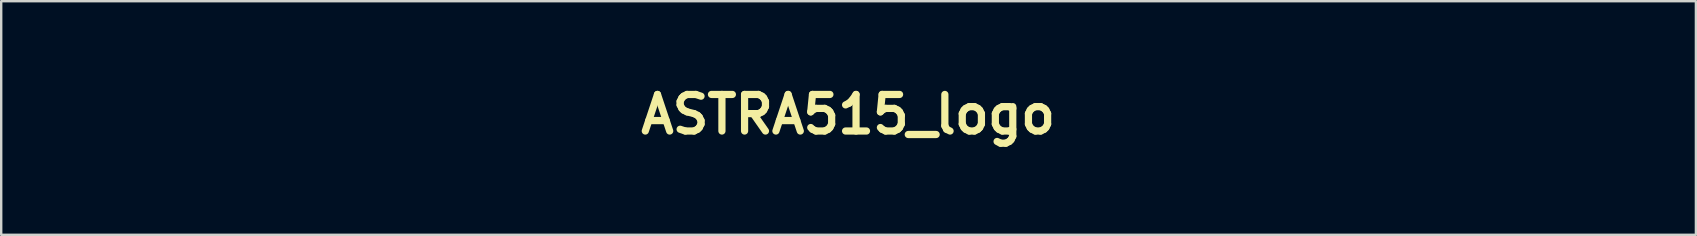
<source format=kicad_pcb>
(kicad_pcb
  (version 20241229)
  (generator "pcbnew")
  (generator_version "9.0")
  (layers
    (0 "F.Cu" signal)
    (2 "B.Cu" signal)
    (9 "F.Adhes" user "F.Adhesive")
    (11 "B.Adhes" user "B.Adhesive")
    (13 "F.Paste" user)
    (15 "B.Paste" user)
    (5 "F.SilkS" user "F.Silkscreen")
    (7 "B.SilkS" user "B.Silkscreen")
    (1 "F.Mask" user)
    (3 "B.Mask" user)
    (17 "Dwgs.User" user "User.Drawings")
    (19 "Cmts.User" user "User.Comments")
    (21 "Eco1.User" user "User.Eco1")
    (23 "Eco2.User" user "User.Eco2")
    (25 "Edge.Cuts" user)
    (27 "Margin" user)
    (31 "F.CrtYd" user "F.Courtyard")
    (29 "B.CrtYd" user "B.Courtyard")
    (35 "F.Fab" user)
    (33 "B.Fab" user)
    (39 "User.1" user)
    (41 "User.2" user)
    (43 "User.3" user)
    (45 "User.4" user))
  (footprint "ASTRA515_logo"
    (layer "F.Cu")
    (at 32.294 1.72)
    (property "Reference" "ASTRA515_logo" (at 0 0 0) (layer "F.SilkS") (effects (font (size 1.524 1.524) (thickness 0.3))))
    (attr through_hole)
    (fp_poly (pts (xy -22.09 -0.201) (xy -22.06 -0.171) (xy -22.05 -0.121) (xy -22.062 -0.059) (xy -22.092 -0.003) (xy -22.144 0.048) (xy -22.19 0.057) (xy -22.22 0.039) (xy -22.241 -0.009) (xy -22.237 -0.072) (xy -22.211 -0.135) (xy -22.17 -0.184) (xy -22.138 -0.202) (xy -22.09 -0.201)) (stroke (width 0.01) (type solid)) (fill yes) (layer "F.Mask"))
    (fp_poly (pts (xy -5.652 -0.2) (xy -5.625 -0.171) (xy -5.615 -0.124) (xy -5.626 -0.066) (xy -5.661 -0.005) (xy -5.663 -0.003) (xy -5.716 0.048) (xy -5.759 0.06) (xy -5.793 0.033) (xy -5.799 0.022) (xy -5.812 -0.044) (xy -5.789 -0.116) (xy -5.744 -0.172) (xy -5.693 -0.203) (xy -5.652 -0.2)) (stroke (width 0.01) (type solid)) (fill yes) (layer "F.Mask"))
    (fp_poly (pts (xy 16.864 -1.714) (xy 17.077 -1.714) (xy 17.272 -1.713) (xy 17.447 -1.712) (xy 17.598 -1.711) (xy 17.721 -1.71) (xy 17.812 -1.708) (xy 17.868 -1.707) (xy 17.886 -1.705) (xy 17.876 -1.685) (xy 17.847 -1.635) (xy 17.805 -1.561) (xy 17.751 -1.469) (xy 17.716 -1.409) (xy 17.546 -1.122) (xy 16.701 -1.122) (xy 16.701 2.011) (xy 16.087 2.011) (xy 16.087 -1.121) (xy 15.569 -1.127) (xy 15.051 -1.132) (xy 15.222 -1.423) (xy 15.392 -1.714) (xy 16.639 -1.714) (xy 16.864 -1.714)) (stroke (width 0.01) (type solid)) (fill yes) (layer "F.Mask"))
    (fp_poly (pts (xy 27.118 -1.683) (xy 28.205 0.164) (xy 29.291 2.011) (xy 28.598 2.011) (xy 28.463 1.783) (xy 28.431 1.73) (xy 28.381 1.644) (xy 28.312 1.527) (xy 28.227 1.384) (xy 28.129 1.216) (xy 28.018 1.028) (xy 27.897 0.822) (xy 27.767 0.602) (xy 27.631 0.371) (xy 27.49 0.132) (xy 27.4 -0.021) (xy 27.26 -0.259) (xy 27.126 -0.487) (xy 26.999 -0.702) (xy 26.881 -0.902) (xy 26.774 -1.085) (xy 26.679 -1.246) (xy 26.597 -1.384) (xy 26.531 -1.496) (xy 26.482 -1.579) (xy 26.451 -1.63) (xy 26.441 -1.646) (xy 26.41 -1.694) (xy 27.118 -1.683)) (stroke (width 0.01) (type solid)) (fill yes) (layer "F.Mask"))
    (fp_poly (pts (xy 18.165 -0.271) (xy 18.206 -0.27) (xy 18.505 -0.265) (xy 19.101 0.751) (xy 19.215 0.945) (xy 19.323 1.131) (xy 19.426 1.305) (xy 19.519 1.464) (xy 19.6 1.604) (xy 19.669 1.721) (xy 19.721 1.811) (xy 19.756 1.871) (xy 19.767 1.889) (xy 19.836 2.011) (xy 19.533 2.01) (xy 19.23 2.01) (xy 18.568 0.88) (xy 18.452 0.68) (xy 18.341 0.491) (xy 18.239 0.316) (xy 18.148 0.159) (xy 18.068 0.021) (xy 18.003 -0.093) (xy 17.953 -0.18) (xy 17.92 -0.238) (xy 17.907 -0.262) (xy 17.907 -0.263) (xy 17.927 -0.267) (xy 17.982 -0.27) (xy 18.064 -0.272) (xy 18.165 -0.271)) (stroke (width 0.01) (type solid)) (fill yes) (layer "F.Mask"))
    (fp_poly (pts (xy -23.185 0.34) (xy -23.101 0.343) (xy -23.042 0.348) (xy -23.02 0.352) (xy -22.977 0.389) (xy -22.943 0.456) (xy -22.923 0.542) (xy -22.919 0.602) (xy -22.93 0.717) (xy -22.96 0.799) (xy -23.013 0.856) (xy -23.019 0.859) (xy -23.068 0.88) (xy -23.101 0.866) (xy -23.12 0.815) (xy -23.125 0.734) (xy -23.125 0.624) (xy -23.285 0.618) (xy -23.445 0.612) (xy -23.579 1.109) (xy -23.626 1.282) (xy -23.668 1.425) (xy -23.704 1.536) (xy -23.732 1.612) (xy -23.752 1.649) (xy -23.753 1.65) (xy -23.803 1.686) (xy -23.85 1.69) (xy -23.882 1.66) (xy -23.887 1.645) (xy -23.885 1.611) (xy -23.873 1.542) (xy -23.852 1.446) (xy -23.824 1.329) (xy -23.79 1.197) (xy -23.753 1.056) (xy -23.715 0.913) (xy -23.676 0.775) (xy -23.639 0.648) (xy -23.606 0.538) (xy -23.577 0.452) (xy -23.556 0.396) (xy -23.546 0.379) (xy -23.524 0.361) (xy -23.493 0.349) (xy -23.443 0.342) (xy -23.366 0.339) (xy -23.282 0.339) (xy -23.185 0.34)) (stroke (width 0.01) (type solid)) (fill yes) (layer "F.Mask"))
    (fp_poly (pts (xy -10.846 0.339) (xy -10.774 0.342) (xy -10.726 0.348) (xy -10.694 0.36) (xy -10.669 0.378) (xy -10.658 0.389) (xy -10.613 0.462) (xy -10.591 0.555) (xy -10.593 0.658) (xy -10.618 0.755) (xy -10.666 0.833) (xy -10.678 0.846) (xy -10.727 0.877) (xy -10.763 0.868) (xy -10.788 0.819) (xy -10.799 0.734) (xy -10.806 0.624) (xy -11.123 0.612) (xy -11.25 1.092) (xy -11.288 1.232) (xy -11.325 1.361) (xy -11.358 1.472) (xy -11.386 1.56) (xy -11.406 1.617) (xy -11.414 1.632) (xy -11.455 1.677) (xy -11.504 1.694) (xy -11.546 1.684) (xy -11.567 1.653) (xy -11.565 1.622) (xy -11.553 1.557) (xy -11.532 1.464) (xy -11.504 1.349) (xy -11.472 1.219) (xy -11.436 1.08) (xy -11.398 0.939) (xy -11.36 0.801) (xy -11.323 0.673) (xy -11.29 0.561) (xy -11.262 0.472) (xy -11.241 0.412) (xy -11.231 0.391) (xy -11.214 0.369) (xy -11.194 0.354) (xy -11.161 0.345) (xy -11.109 0.34) (xy -11.028 0.339) (xy -10.952 0.339) (xy -10.846 0.339)) (stroke (width 0.01) (type solid)) (fill yes) (layer "F.Mask"))
    (fp_poly (pts (xy -22.261 0.345) (xy -22.214 0.367) (xy -22.205 0.378) (xy -22.201 0.402) (xy -22.205 0.448) (xy -22.218 0.518) (xy -22.24 0.617) (xy -22.273 0.749) (xy -22.317 0.917) (xy -22.45 1.416) (xy -22.385 1.422) (xy -22.341 1.432) (xy -22.321 1.458) (xy -22.314 1.504) (xy -22.324 1.588) (xy -22.353 1.636) (xy -22.375 1.662) (xy -22.399 1.679) (xy -22.434 1.688) (xy -22.489 1.692) (xy -22.575 1.693) (xy -22.615 1.693) (xy -22.707 1.692) (xy -22.782 1.689) (xy -22.832 1.683) (xy -22.846 1.679) (xy -22.859 1.641) (xy -22.858 1.583) (xy -22.843 1.522) (xy -22.822 1.482) (xy -22.776 1.446) (xy -22.714 1.421) (xy -22.711 1.421) (xy -22.638 1.406) (xy -22.538 1.036) (xy -22.505 0.916) (xy -22.478 0.81) (xy -22.456 0.723) (xy -22.442 0.664) (xy -22.437 0.64) (xy -22.455 0.62) (xy -22.489 0.614) (xy -22.541 0.597) (xy -22.57 0.555) (xy -22.575 0.496) (xy -22.553 0.43) (xy -22.519 0.383) (xy -22.471 0.355) (xy -22.403 0.339) (xy -22.328 0.335) (xy -22.261 0.345)) (stroke (width 0.01) (type solid)) (fill yes) (layer "F.Mask"))
    (fp_poly (pts (xy 6.601 0.34) (xy 6.686 0.345) (xy 6.747 0.352) (xy 6.772 0.359) (xy 6.819 0.407) (xy 6.849 0.49) (xy 6.863 0.602) (xy 6.862 0.692) (xy 6.849 0.74) (xy 6.82 0.797) (xy 6.784 0.849) (xy 6.75 0.883) (xy 6.734 0.889) (xy 6.692 0.871) (xy 6.667 0.819) (xy 6.659 0.737) (xy 6.657 0.624) (xy 6.497 0.618) (xy 6.336 0.612) (xy 6.226 1.031) (xy 6.179 1.208) (xy 6.141 1.348) (xy 6.11 1.456) (xy 6.085 1.536) (xy 6.065 1.593) (xy 6.048 1.631) (xy 6.032 1.655) (xy 6.017 1.669) (xy 6.011 1.672) (xy 5.95 1.692) (xy 5.909 1.676) (xy 5.895 1.646) (xy 5.897 1.611) (xy 5.909 1.543) (xy 5.93 1.447) (xy 5.958 1.33) (xy 5.992 1.198) (xy 6.029 1.057) (xy 6.067 0.914) (xy 6.106 0.776) (xy 6.143 0.649) (xy 6.176 0.539) (xy 6.204 0.453) (xy 6.226 0.396) (xy 6.236 0.379) (xy 6.257 0.361) (xy 6.289 0.349) (xy 6.339 0.342) (xy 6.416 0.339) (xy 6.503 0.339) (xy 6.601 0.34)) (stroke (width 0.01) (type solid)) (fill yes) (layer "F.Mask"))
    (fp_poly (pts (xy 26.346 -1.517) (xy 26.385 -1.469) (xy 26.433 -1.398) (xy 26.488 -1.311) (xy 26.545 -1.216) (xy 26.599 -1.12) (xy 26.646 -1.031) (xy 26.682 -0.955) (xy 26.702 -0.902) (xy 26.705 -0.879) (xy 26.68 -0.866) (xy 26.621 -0.856) (xy 26.536 -0.849) (xy 26.435 -0.845) (xy 26.325 -0.843) (xy 26.214 -0.844) (xy 26.112 -0.848) (xy 26.026 -0.855) (xy 25.965 -0.864) (xy 25.937 -0.877) (xy 25.937 -0.878) (xy 25.942 -0.909) (xy 25.96 -0.953) (xy 26.073 -0.953) (xy 26.319 -0.953) (xy 26.415 -0.953) (xy 26.494 -0.955) (xy 26.546 -0.958) (xy 26.564 -0.961) (xy 26.554 -0.983) (xy 26.528 -1.032) (xy 26.491 -1.098) (xy 26.448 -1.172) (xy 26.405 -1.245) (xy 26.368 -1.307) (xy 26.341 -1.349) (xy 26.332 -1.361) (xy 26.315 -1.353) (xy 26.284 -1.316) (xy 26.247 -1.257) (xy 26.247 -1.256) (xy 26.201 -1.174) (xy 26.154 -1.091) (xy 26.126 -1.042) (xy 26.073 -0.953) (xy 25.96 -0.953) (xy 25.966 -0.967) (xy 26.005 -1.046) (xy 26.055 -1.137) (xy 26.11 -1.233) (xy 26.167 -1.327) (xy 26.221 -1.411) (xy 26.268 -1.479) (xy 26.305 -1.522) (xy 26.323 -1.535) (xy 26.346 -1.517)) (stroke (width 0.01) (type solid)) (fill yes) (layer "F.Mask"))
    (fp_poly (pts (xy -5.841 0.34) (xy -5.798 0.347) (xy -5.777 0.362) (xy -5.767 0.386) (xy -5.769 0.421) (xy -5.781 0.49) (xy -5.803 0.589) (xy -5.832 0.711) (xy -5.867 0.85) (xy -5.883 0.91) (xy -5.92 1.046) (xy -5.952 1.168) (xy -5.979 1.27) (xy -5.998 1.347) (xy -6.009 1.392) (xy -6.011 1.402) (xy -5.993 1.414) (xy -5.958 1.418) (xy -5.904 1.434) (xy -5.876 1.478) (xy -5.877 1.543) (xy -5.898 1.602) (xy -5.937 1.683) (xy -6.171 1.689) (xy -6.267 1.69) (xy -6.346 1.688) (xy -6.401 1.685) (xy -6.42 1.68) (xy -6.439 1.635) (xy -6.429 1.575) (xy -6.399 1.513) (xy -6.354 1.459) (xy -6.301 1.425) (xy -6.267 1.418) (xy -6.246 1.417) (xy -6.23 1.41) (xy -6.215 1.392) (xy -6.199 1.358) (xy -6.18 1.302) (xy -6.156 1.218) (xy -6.124 1.102) (xy -6.103 1.021) (xy -6.066 0.885) (xy -6.04 0.784) (xy -6.024 0.712) (xy -6.016 0.666) (xy -6.015 0.638) (xy -6.022 0.624) (xy -6.034 0.618) (xy -6.041 0.617) (xy -6.103 0.59) (xy -6.135 0.54) (xy -6.135 0.475) (xy -6.101 0.403) (xy -6.094 0.394) (xy -6.066 0.364) (xy -6.032 0.347) (xy -5.98 0.34) (xy -5.915 0.339) (xy -5.841 0.34)) (stroke (width 0.01) (type solid)) (fill yes) (layer "F.Mask"))
    (fp_poly (pts (xy -1.609 0.34) (xy -1.527 0.344) (xy -1.47 0.35) (xy -1.449 0.355) (xy -1.392 0.42) (xy -1.361 0.516) (xy -1.355 0.596) (xy -1.361 0.705) (xy -1.383 0.783) (xy -1.423 0.838) (xy -1.452 0.86) (xy -1.492 0.884) (xy -1.515 0.882) (xy -1.538 0.856) (xy -1.559 0.795) (xy -1.557 0.749) (xy -1.549 0.686) (xy -1.559 0.646) (xy -1.594 0.624) (xy -1.66 0.615) (xy -1.727 0.614) (xy -1.803 0.615) (xy -1.858 0.618) (xy -1.883 0.622) (xy -1.884 0.623) (xy -1.889 0.645) (xy -1.904 0.702) (xy -1.926 0.788) (xy -1.955 0.899) (xy -1.989 1.027) (xy -2.013 1.115) (xy -2.06 1.288) (xy -2.099 1.424) (xy -2.133 1.527) (xy -2.163 1.601) (xy -2.191 1.65) (xy -2.219 1.679) (xy -2.248 1.692) (xy -2.265 1.693) (xy -2.304 1.686) (xy -2.314 1.679) (xy -2.322 1.666) (xy -2.325 1.644) (xy -2.323 1.608) (xy -2.314 1.555) (xy -2.297 1.48) (xy -2.272 1.379) (xy -2.238 1.247) (xy -2.194 1.08) (xy -2.172 1) (xy -2.126 0.832) (xy -2.083 0.683) (xy -2.046 0.56) (xy -2.015 0.465) (xy -1.991 0.403) (xy -1.979 0.381) (xy -1.957 0.362) (xy -1.928 0.35) (xy -1.882 0.343) (xy -1.811 0.34) (xy -1.706 0.339) (xy -1.609 0.34)) (stroke (width 0.01) (type solid)) (fill yes) (layer "F.Mask"))
    (fp_poly (pts (xy -6.716 -0.203) (xy -6.676 -0.194) (xy -6.658 -0.178) (xy -6.651 -0.148) (xy -6.65 -0.143) (xy -6.654 -0.114) (xy -6.668 -0.05) (xy -6.69 0.044) (xy -6.718 0.162) (xy -6.751 0.298) (xy -6.789 0.446) (xy -6.828 0.601) (xy -6.868 0.756) (xy -6.907 0.907) (xy -6.945 1.048) (xy -6.978 1.172) (xy -7.007 1.275) (xy -7.029 1.35) (xy -7.042 1.389) (xy -7.036 1.412) (xy -7.002 1.418) (xy -6.942 1.435) (xy -6.908 1.477) (xy -6.901 1.538) (xy -6.923 1.606) (xy -6.944 1.638) (xy -6.966 1.663) (xy -6.99 1.679) (xy -7.025 1.688) (xy -7.081 1.692) (xy -7.167 1.693) (xy -7.208 1.693) (xy -7.308 1.693) (xy -7.374 1.689) (xy -7.414 1.682) (xy -7.437 1.67) (xy -7.45 1.651) (xy -7.461 1.605) (xy -7.445 1.544) (xy -7.443 1.538) (xy -7.411 1.476) (xy -7.369 1.442) (xy -7.303 1.421) (xy -7.296 1.42) (xy -7.233 1.407) (xy -7.057 0.751) (xy -7.014 0.591) (xy -6.975 0.444) (xy -6.94 0.316) (xy -6.913 0.211) (xy -6.893 0.133) (xy -6.881 0.089) (xy -6.88 0.081) (xy -6.898 0.068) (xy -6.935 0.06) (xy -6.995 0.036) (xy -7.023 -0.014) (xy -7.019 -0.071) (xy -6.989 -0.144) (xy -6.939 -0.188) (xy -6.863 -0.207) (xy -6.788 -0.207) (xy -6.716 -0.203)) (stroke (width 0.01) (type solid)) (fill yes) (layer "F.Mask"))
    (fp_poly (pts (xy -19.01 -0.206) (xy -18.988 -0.194) (xy -18.977 -0.17) (xy -18.974 -0.16) (xy -18.977 -0.13) (xy -18.989 -0.064) (xy -19.011 0.033) (xy -19.039 0.155) (xy -19.073 0.297) (xy -19.112 0.454) (xy -19.154 0.621) (xy -19.199 0.793) (xy -19.244 0.964) (xy -19.289 1.13) (xy -19.332 1.285) (xy -19.36 1.381) (xy -19.358 1.409) (xy -19.323 1.418) (xy -19.319 1.418) (xy -19.259 1.434) (xy -19.228 1.48) (xy -19.228 1.549) (xy -19.243 1.608) (xy -19.267 1.648) (xy -19.307 1.674) (xy -19.37 1.687) (xy -19.463 1.693) (xy -19.539 1.693) (xy -19.64 1.693) (xy -19.707 1.69) (xy -19.747 1.684) (xy -19.768 1.673) (xy -19.779 1.655) (xy -19.78 1.651) (xy -19.783 1.581) (xy -19.756 1.511) (xy -19.707 1.454) (xy -19.646 1.421) (xy -19.619 1.418) (xy -19.568 1.405) (xy -19.55 1.381) (xy -19.542 1.352) (xy -19.524 1.287) (xy -19.499 1.192) (xy -19.467 1.073) (xy -19.43 0.935) (xy -19.389 0.783) (xy -19.378 0.741) (xy -19.337 0.586) (xy -19.299 0.444) (xy -19.265 0.319) (xy -19.238 0.217) (xy -19.218 0.144) (xy -19.207 0.105) (xy -19.206 0.101) (xy -19.207 0.074) (xy -19.237 0.064) (xy -19.26 0.064) (xy -19.315 0.048) (xy -19.342 0.005) (xy -19.339 -0.059) (xy -19.313 -0.126) (xy -19.289 -0.166) (xy -19.264 -0.189) (xy -19.226 -0.2) (xy -19.163 -0.206) (xy -19.13 -0.207) (xy -19.054 -0.21) (xy -19.01 -0.206)) (stroke (width 0.01) (type solid)) (fill yes) (layer "F.Mask"))
    (fp_poly (pts (xy -14.876 -0.187) (xy -14.863 -0.146) (xy -14.867 -0.117) (xy -14.881 -0.052) (xy -14.903 0.042) (xy -14.932 0.161) (xy -14.966 0.298) (xy -15.004 0.448) (xy -15.044 0.607) (xy -15.086 0.767) (xy -15.127 0.924) (xy -15.167 1.072) (xy -15.203 1.206) (xy -15.235 1.319) (xy -15.253 1.381) (xy -15.251 1.41) (xy -15.217 1.418) (xy -15.214 1.418) (xy -15.155 1.435) (xy -15.12 1.478) (xy -15.113 1.538) (xy -15.136 1.606) (xy -15.157 1.638) (xy -15.178 1.662) (xy -15.201 1.678) (xy -15.236 1.687) (xy -15.29 1.692) (xy -15.373 1.693) (xy -15.431 1.693) (xy -15.532 1.693) (xy -15.6 1.69) (xy -15.64 1.684) (xy -15.662 1.673) (xy -15.672 1.656) (xy -15.674 1.651) (xy -15.677 1.581) (xy -15.65 1.511) (xy -15.601 1.454) (xy -15.539 1.421) (xy -15.513 1.418) (xy -15.461 1.405) (xy -15.443 1.381) (xy -15.433 1.345) (xy -15.414 1.277) (xy -15.389 1.184) (xy -15.359 1.072) (xy -15.326 0.949) (xy -15.291 0.82) (xy -15.257 0.693) (xy -15.225 0.573) (xy -15.197 0.468) (xy -15.175 0.384) (xy -15.161 0.328) (xy -15.155 0.305) (xy -15.155 0.305) (xy -15.171 0.306) (xy -15.199 0.318) (xy -15.254 0.335) (xy -15.289 0.32) (xy -15.305 0.28) (xy -15.3 0.222) (xy -15.274 0.152) (xy -15.226 0.077) (xy -15.221 0.071) (xy -15.12 -0.048) (xy -15.033 -0.134) (xy -14.963 -0.186) (xy -14.91 -0.204) (xy -14.876 -0.187)) (stroke (width 0.01) (type solid)) (fill yes) (layer "F.Mask"))
    (fp_poly (pts (xy -4.479 0.409) (xy -4.453 0.456) (xy -4.438 0.515) (xy -4.436 0.59) (xy -4.445 0.686) (xy -4.468 0.808) (xy -4.503 0.96) (xy -4.553 1.148) (xy -4.556 1.16) (xy -4.602 1.325) (xy -4.641 1.453) (xy -4.673 1.549) (xy -4.7 1.617) (xy -4.725 1.66) (xy -4.75 1.684) (xy -4.775 1.693) (xy -4.782 1.693) (xy -4.814 1.691) (xy -4.837 1.679) (xy -4.85 1.655) (xy -4.852 1.612) (xy -4.843 1.547) (xy -4.823 1.456) (xy -4.793 1.332) (xy -4.753 1.183) (xy -4.718 1.048) (xy -4.688 0.925) (xy -4.663 0.819) (xy -4.647 0.738) (xy -4.64 0.689) (xy -4.64 0.68) (xy -4.646 0.624) (xy -4.893 0.618) (xy -5.14 0.613) (xy -5.172 0.724) (xy -5.188 0.781) (xy -5.212 0.87) (xy -5.242 0.982) (xy -5.276 1.107) (xy -5.304 1.213) (xy -5.338 1.337) (xy -5.372 1.45) (xy -5.403 1.543) (xy -5.429 1.61) (xy -5.445 1.642) (xy -5.492 1.682) (xy -5.541 1.693) (xy -5.574 1.679) (xy -5.585 1.649) (xy -5.588 1.615) (xy -5.582 1.574) (xy -5.566 1.501) (xy -5.542 1.4) (xy -5.512 1.281) (xy -5.476 1.148) (xy -5.438 1.008) (xy -5.399 0.869) (xy -5.361 0.736) (xy -5.325 0.617) (xy -5.295 0.517) (xy -5.27 0.445) (xy -5.254 0.405) (xy -5.252 0.402) (xy -5.236 0.383) (xy -5.219 0.368) (xy -5.192 0.359) (xy -5.15 0.353) (xy -5.085 0.35) (xy -4.992 0.349) (xy -4.868 0.349) (xy -4.524 0.349) (xy -4.479 0.409)) (stroke (width 0.01) (type solid)) (fill yes) (layer "F.Mask"))
    (fp_poly (pts (xy -3.463 0.404) (xy -3.428 0.454) (xy -3.412 0.51) (xy -3.408 0.586) (xy -3.415 0.698) (xy -3.436 0.814) (xy -3.466 0.926) (xy -3.503 1.023) (xy -3.544 1.097) (xy -3.586 1.138) (xy -3.59 1.14) (xy -3.634 1.15) (xy -3.713 1.158) (xy -3.822 1.162) (xy -3.955 1.164) (xy -3.958 1.164) (xy -4.273 1.164) (xy -4.287 1.259) (xy -4.296 1.327) (xy -4.293 1.372) (xy -4.272 1.399) (xy -4.226 1.413) (xy -4.15 1.418) (xy -4.064 1.418) (xy -3.968 1.419) (xy -3.905 1.421) (xy -3.867 1.428) (xy -3.845 1.441) (xy -3.831 1.463) (xy -3.826 1.473) (xy -3.813 1.517) (xy -3.821 1.561) (xy -3.843 1.605) (xy -3.884 1.683) (xy -4.141 1.689) (xy -4.249 1.691) (xy -4.323 1.691) (xy -4.371 1.687) (xy -4.402 1.678) (xy -4.423 1.662) (xy -4.442 1.639) (xy -4.474 1.594) (xy -4.494 1.547) (xy -4.504 1.493) (xy -4.503 1.425) (xy -4.491 1.338) (xy -4.467 1.226) (xy -4.431 1.083) (xy -4.404 0.983) (xy -4.371 0.868) (xy -4.187 0.868) (xy -3.642 0.868) (xy -3.619 0.782) (xy -3.603 0.713) (xy -3.603 0.666) (xy -3.625 0.636) (xy -3.673 0.621) (xy -3.754 0.615) (xy -3.839 0.614) (xy -3.954 0.616) (xy -4.035 0.627) (xy -4.089 0.65) (xy -4.126 0.69) (xy -4.152 0.751) (xy -4.164 0.788) (xy -4.187 0.868) (xy -4.371 0.868) (xy -4.362 0.833) (xy -4.324 0.717) (xy -4.289 0.627) (xy -4.251 0.556) (xy -4.208 0.497) (xy -4.155 0.442) (xy -4.14 0.428) (xy -4.044 0.339) (xy -3.517 0.339) (xy -3.463 0.404)) (stroke (width 0.01) (type solid)) (fill yes) (layer "F.Mask"))
    (fp_poly (pts (xy -2.623 0.35) (xy -2.548 0.351) (xy -2.499 0.356) (xy -2.469 0.366) (xy -2.448 0.382) (xy -2.429 0.405) (xy -2.428 0.406) (xy -2.401 0.45) (xy -2.384 0.5) (xy -2.378 0.561) (xy -2.382 0.638) (xy -2.398 0.737) (xy -2.425 0.863) (xy -2.465 1.022) (xy -2.493 1.125) (xy -2.531 1.261) (xy -2.567 1.386) (xy -2.6 1.493) (xy -2.628 1.576) (xy -2.647 1.628) (xy -2.653 1.638) (xy -2.689 1.693) (xy -3.362 1.693) (xy -3.417 1.628) (xy -3.459 1.547) (xy -3.474 1.444) (xy -3.464 1.345) (xy -3.276 1.345) (xy -3.27 1.376) (xy -3.261 1.394) (xy -3.244 1.406) (xy -3.21 1.413) (xy -3.151 1.417) (xy -3.062 1.418) (xy -3.009 1.418) (xy -2.761 1.418) (xy -2.693 1.164) (xy -2.941 1.164) (xy -3.051 1.165) (xy -3.126 1.168) (xy -3.175 1.175) (xy -3.205 1.187) (xy -3.222 1.201) (xy -3.263 1.271) (xy -3.276 1.345) (xy -3.464 1.345) (xy -3.462 1.33) (xy -3.428 1.212) (xy -3.371 1.1) (xy -3.295 1.002) (xy -3.262 0.97) (xy -3.21 0.929) (xy -3.161 0.901) (xy -3.103 0.883) (xy -3.028 0.873) (xy -2.928 0.869) (xy -2.824 0.868) (xy -2.606 0.868) (xy -2.592 0.773) (xy -2.583 0.705) (xy -2.586 0.66) (xy -2.607 0.633) (xy -2.653 0.619) (xy -2.729 0.614) (xy -2.815 0.614) (xy -2.912 0.613) (xy -2.975 0.61) (xy -3.013 0.604) (xy -3.034 0.591) (xy -3.048 0.57) (xy -3.051 0.563) (xy -3.062 0.519) (xy -3.052 0.469) (xy -3.035 0.43) (xy -2.995 0.349) (xy -2.733 0.349) (xy -2.623 0.35)) (stroke (width 0.01) (type solid)) (fill yes) (layer "F.Mask"))
    (fp_poly (pts (xy -15.69 0.357) (xy -15.67 0.403) (xy -15.668 0.462) (xy -15.673 0.485) (xy -15.692 0.516) (xy -15.735 0.569) (xy -15.797 0.641) (xy -15.872 0.724) (xy -15.917 0.772) (xy -16.147 1.014) (xy -16.054 1.248) (xy -16.008 1.366) (xy -15.978 1.453) (xy -15.965 1.517) (xy -15.966 1.565) (xy -15.982 1.606) (xy -16.004 1.639) (xy -16.044 1.68) (xy -16.078 1.694) (xy -16.112 1.679) (xy -16.148 1.63) (xy -16.19 1.547) (xy -16.233 1.442) (xy -16.329 1.202) (xy -16.391 1.273) (xy -16.485 1.378) (xy -16.578 1.476) (xy -16.663 1.561) (xy -16.736 1.629) (xy -16.792 1.674) (xy -16.826 1.693) (xy -16.828 1.693) (xy -16.867 1.674) (xy -16.882 1.642) (xy -16.888 1.606) (xy -16.884 1.571) (xy -16.867 1.532) (xy -16.834 1.482) (xy -16.78 1.417) (xy -16.702 1.329) (xy -16.647 1.27) (xy -16.571 1.185) (xy -16.506 1.111) (xy -16.457 1.052) (xy -16.43 1.014) (xy -16.425 1.005) (xy -16.433 0.977) (xy -16.452 0.919) (xy -16.482 0.839) (xy -16.51 0.765) (xy -16.553 0.65) (xy -16.579 0.567) (xy -16.59 0.506) (xy -16.586 0.459) (xy -16.569 0.419) (xy -16.55 0.393) (xy -16.509 0.351) (xy -16.473 0.339) (xy -16.437 0.358) (xy -16.398 0.411) (xy -16.353 0.501) (xy -16.326 0.561) (xy -16.289 0.649) (xy -16.257 0.724) (xy -16.235 0.775) (xy -16.227 0.794) (xy -16.209 0.8) (xy -16.198 0.788) (xy -16.163 0.745) (xy -16.107 0.685) (xy -16.038 0.616) (xy -15.963 0.543) (xy -15.888 0.472) (xy -15.82 0.411) (xy -15.765 0.365) (xy -15.731 0.341) (xy -15.724 0.339) (xy -15.69 0.357)) (stroke (width 0.01) (type solid)) (fill yes) (layer "F.Mask"))
    (fp_poly (pts (xy 19.209 -1.711) (xy 19.364 -1.708) (xy 19.48 -1.703) (xy 19.556 -1.696) (xy 19.572 -1.693) (xy 19.707 -1.644) (xy 19.821 -1.559) (xy 19.911 -1.442) (xy 19.975 -1.297) (xy 20.003 -1.179) (xy 20.013 -1.091) (xy 20.019 -0.966) (xy 20.021 -0.813) (xy 20.019 -0.638) (xy 20.015 -0.493) (xy 20.01 -0.383) (xy 20.004 -0.3) (xy 19.995 -0.236) (xy 19.984 -0.184) (xy 19.968 -0.136) (xy 19.964 -0.125) (xy 19.886 0.02) (xy 19.778 0.145) (xy 19.667 0.228) (xy 19.621 0.253) (xy 19.578 0.27) (xy 19.526 0.281) (xy 19.456 0.287) (xy 19.357 0.292) (xy 19.313 0.293) (xy 19.058 0.3) (xy 18.895 0.024) (xy 18.839 -0.073) (xy 18.791 -0.156) (xy 18.755 -0.219) (xy 18.735 -0.256) (xy 18.733 -0.262) (xy 18.752 -0.266) (xy 18.807 -0.27) (xy 18.889 -0.274) (xy 18.991 -0.278) (xy 19.031 -0.279) (xy 19.148 -0.282) (xy 19.232 -0.285) (xy 19.288 -0.291) (xy 19.324 -0.3) (xy 19.349 -0.313) (xy 19.37 -0.333) (xy 19.38 -0.345) (xy 19.4 -0.371) (xy 19.414 -0.398) (xy 19.423 -0.435) (xy 19.428 -0.49) (xy 19.43 -0.57) (xy 19.431 -0.683) (xy 19.431 -0.699) (xy 19.431 -0.816) (xy 19.429 -0.899) (xy 19.424 -0.956) (xy 19.416 -0.995) (xy 19.402 -1.023) (xy 19.383 -1.049) (xy 19.38 -1.052) (xy 19.329 -1.111) (xy 18.554 -1.117) (xy 18.378 -1.119) (xy 18.216 -1.121) (xy 18.073 -1.124) (xy 17.953 -1.128) (xy 17.861 -1.131) (xy 17.802 -1.135) (xy 17.781 -1.138) (xy 17.781 -1.138) (xy 17.792 -1.161) (xy 17.82 -1.213) (xy 17.863 -1.288) (xy 17.916 -1.379) (xy 17.946 -1.429) (xy 18.11 -1.704) (xy 18.786 -1.71) (xy 19.016 -1.712) (xy 19.209 -1.711)) (stroke (width 0.01) (type solid)) (fill yes) (layer "F.Mask"))
    (fp_poly (pts (xy -24.165 -0.208) (xy -24.135 -0.196) (xy -24.117 -0.168) (xy -24.112 -0.121) (xy -24.12 -0.049) (xy -24.14 0.052) (xy -24.174 0.185) (xy -24.207 0.302) (xy -24.208 0.321) (xy -24.192 0.332) (xy -24.152 0.337) (xy -24.078 0.339) (xy -24.059 0.339) (xy -23.976 0.34) (xy -23.927 0.345) (xy -23.9 0.357) (xy -23.888 0.378) (xy -23.887 0.381) (xy -23.884 0.454) (xy -23.918 0.532) (xy -23.946 0.566) (xy -23.975 0.592) (xy -24.013 0.606) (xy -24.071 0.613) (xy -24.14 0.614) (xy -24.291 0.614) (xy -24.382 0.958) (xy -24.412 1.076) (xy -24.437 1.183) (xy -24.455 1.271) (xy -24.465 1.333) (xy -24.466 1.355) (xy -24.457 1.385) (xy -24.436 1.402) (xy -24.39 1.411) (xy -24.342 1.414) (xy -24.254 1.424) (xy -24.201 1.445) (xy -24.179 1.481) (xy -24.179 1.538) (xy -24.18 1.542) (xy -24.199 1.613) (xy -24.233 1.658) (xy -24.289 1.683) (xy -24.377 1.693) (xy -24.416 1.693) (xy -24.504 1.691) (xy -24.56 1.682) (xy -24.594 1.664) (xy -24.601 1.656) (xy -24.65 1.578) (xy -24.677 1.48) (xy -24.68 1.433) (xy -24.675 1.39) (xy -24.66 1.315) (xy -24.637 1.216) (xy -24.609 1.101) (xy -24.585 1.009) (xy -24.554 0.891) (xy -24.527 0.788) (xy -24.506 0.706) (xy -24.493 0.652) (xy -24.49 0.633) (xy -24.508 0.618) (xy -24.542 0.614) (xy -24.594 0.597) (xy -24.617 0.572) (xy -24.63 0.507) (xy -24.611 0.439) (xy -24.568 0.381) (xy -24.508 0.345) (xy -24.469 0.339) (xy -24.434 0.335) (xy -24.411 0.318) (xy -24.392 0.278) (xy -24.374 0.217) (xy -24.348 0.127) (xy -24.322 0.033) (xy -24.31 -0.011) (xy -24.271 -0.118) (xy -24.228 -0.183) (xy -24.18 -0.208) (xy -24.165 -0.208)) (stroke (width 0.01) (type solid)) (fill yes) (layer "F.Mask"))
    (fp_poly (pts (xy -20.224 0.342) (xy -20.176 0.343) (xy -19.93 0.349) (xy -19.882 0.421) (xy -19.841 0.514) (xy -19.834 0.591) (xy -19.839 0.642) (xy -19.855 0.725) (xy -19.879 0.83) (xy -19.908 0.952) (xy -19.942 1.082) (xy -19.978 1.215) (xy -20.014 1.342) (xy -20.048 1.457) (xy -20.079 1.551) (xy -20.104 1.619) (xy -20.121 1.653) (xy -20.121 1.653) (xy -20.139 1.669) (xy -20.164 1.679) (xy -20.203 1.687) (xy -20.264 1.691) (xy -20.353 1.693) (xy -20.477 1.693) (xy -20.489 1.693) (xy -20.614 1.693) (xy -20.704 1.692) (xy -20.766 1.688) (xy -20.808 1.682) (xy -20.835 1.671) (xy -20.855 1.656) (xy -20.871 1.64) (xy -20.914 1.565) (xy -20.931 1.467) (xy -20.925 1.365) (xy -20.731 1.365) (xy -20.73 1.371) (xy -20.722 1.391) (xy -20.708 1.404) (xy -20.679 1.412) (xy -20.628 1.417) (xy -20.548 1.418) (xy -20.468 1.418) (xy -20.219 1.418) (xy -20.155 1.163) (xy -20.412 1.169) (xy -20.669 1.175) (xy -20.706 1.249) (xy -20.727 1.311) (xy -20.731 1.365) (xy -20.925 1.365) (xy -20.925 1.354) (xy -20.895 1.235) (xy -20.844 1.12) (xy -20.782 1.029) (xy -20.72 0.964) (xy -20.652 0.919) (xy -20.57 0.89) (xy -20.464 0.874) (xy -20.327 0.868) (xy -20.307 0.868) (xy -20.071 0.868) (xy -20.049 0.779) (xy -20.035 0.712) (xy -20.038 0.665) (xy -20.063 0.636) (xy -20.115 0.621) (xy -20.201 0.615) (xy -20.279 0.614) (xy -20.376 0.613) (xy -20.439 0.61) (xy -20.476 0.603) (xy -20.496 0.59) (xy -20.507 0.57) (xy -20.508 0.568) (xy -20.516 0.487) (xy -20.486 0.409) (xy -20.465 0.382) (xy -20.444 0.363) (xy -20.417 0.35) (xy -20.378 0.344) (xy -20.316 0.341) (xy -20.224 0.342)) (stroke (width 0.01) (type solid)) (fill yes) (layer "F.Mask"))
    (fp_poly (pts (xy -25.258 0.34) (xy -25.17 0.343) (xy -25.105 0.347) (xy -25.073 0.352) (xy -25.031 0.387) (xy -24.997 0.452) (xy -24.976 0.533) (xy -24.971 0.581) (xy -24.977 0.662) (xy -24.994 0.762) (xy -25.019 0.867) (xy -25.049 0.967) (xy -25.081 1.051) (xy -25.111 1.105) (xy -25.115 1.111) (xy -25.136 1.131) (xy -25.157 1.145) (xy -25.187 1.155) (xy -25.232 1.16) (xy -25.3 1.163) (xy -25.398 1.164) (xy -25.495 1.164) (xy -25.824 1.164) (xy -25.846 1.221) (xy -25.86 1.286) (xy -25.861 1.343) (xy -25.855 1.408) (xy -25.645 1.414) (xy -25.552 1.419) (xy -25.474 1.426) (xy -25.422 1.436) (xy -25.406 1.443) (xy -25.381 1.489) (xy -25.389 1.556) (xy -25.421 1.625) (xy -25.463 1.693) (xy -25.708 1.693) (xy -25.814 1.693) (xy -25.886 1.69) (xy -25.934 1.684) (xy -25.966 1.672) (xy -25.991 1.654) (xy -26.003 1.643) (xy -26.039 1.598) (xy -26.061 1.544) (xy -26.069 1.477) (xy -26.063 1.389) (xy -26.043 1.275) (xy -26.009 1.129) (xy -25.993 1.067) (xy -25.949 0.904) (xy -25.938 0.868) (xy -25.744 0.868) (xy -25.213 0.868) (xy -25.188 0.793) (xy -25.175 0.727) (xy -25.175 0.669) (xy -25.176 0.665) (xy -25.184 0.642) (xy -25.196 0.627) (xy -25.223 0.619) (xy -25.271 0.616) (xy -25.348 0.617) (xy -25.414 0.618) (xy -25.515 0.622) (xy -25.582 0.627) (xy -25.625 0.635) (xy -25.652 0.649) (xy -25.672 0.67) (xy -25.678 0.677) (xy -25.711 0.738) (xy -25.73 0.799) (xy -25.744 0.868) (xy -25.938 0.868) (xy -25.911 0.776) (xy -25.877 0.677) (xy -25.843 0.6) (xy -25.807 0.538) (xy -25.766 0.485) (xy -25.717 0.435) (xy -25.716 0.435) (xy -25.613 0.339) (xy -25.36 0.339) (xy -25.258 0.34)) (stroke (width 0.01) (type solid)) (fill yes) (layer "F.Mask"))
    (fp_poly (pts (xy -21.246 0.339) (xy -21.144 0.34) (xy -21.055 0.345) (xy -20.989 0.351) (xy -20.957 0.359) (xy -20.91 0.406) (xy -20.879 0.481) (xy -20.864 0.572) (xy -20.867 0.667) (xy -20.887 0.756) (xy -20.925 0.824) (xy -20.966 0.869) (xy -20.994 0.886) (xy -21.022 0.879) (xy -21.04 0.868) (xy -21.062 0.833) (xy -21.071 0.761) (xy -21.071 0.736) (xy -21.071 0.624) (xy -21.302 0.624) (xy -21.404 0.625) (xy -21.472 0.628) (xy -21.515 0.634) (xy -21.542 0.646) (xy -21.562 0.665) (xy -21.571 0.677) (xy -21.591 0.718) (xy -21.616 0.789) (xy -21.645 0.881) (xy -21.674 0.985) (xy -21.702 1.093) (xy -21.726 1.195) (xy -21.744 1.284) (xy -21.754 1.349) (xy -21.754 1.381) (xy -21.742 1.398) (xy -21.717 1.409) (xy -21.671 1.415) (xy -21.596 1.418) (xy -21.52 1.418) (xy -21.411 1.417) (xy -21.336 1.41) (xy -21.286 1.394) (xy -21.251 1.363) (xy -21.223 1.314) (xy -21.202 1.266) (xy -21.163 1.2) (xy -21.117 1.162) (xy -21.073 1.154) (xy -21.038 1.175) (xy -21.02 1.227) (xy -21.019 1.246) (xy -21.036 1.33) (xy -21.08 1.426) (xy -21.142 1.521) (xy -21.215 1.603) (xy -21.291 1.66) (xy -21.296 1.663) (xy -21.345 1.677) (xy -21.422 1.687) (xy -21.517 1.693) (xy -21.619 1.695) (xy -21.716 1.692) (xy -21.799 1.685) (xy -21.856 1.674) (xy -21.871 1.667) (xy -21.906 1.624) (xy -21.94 1.557) (xy -21.964 1.484) (xy -21.971 1.434) (xy -21.965 1.386) (xy -21.948 1.306) (xy -21.922 1.204) (xy -21.891 1.087) (xy -21.856 0.964) (xy -21.82 0.845) (xy -21.786 0.737) (xy -21.756 0.649) (xy -21.732 0.59) (xy -21.726 0.579) (xy -21.678 0.511) (xy -21.615 0.441) (xy -21.586 0.415) (xy -21.498 0.339) (xy -21.246 0.339)) (stroke (width 0.01) (type solid)) (fill yes) (layer "F.Mask"))
    (fp_poly (pts (xy 1.358 0.343) (xy 1.372 0.343) (xy 1.482 0.346) (xy 1.558 0.35) (xy 1.607 0.356) (xy 1.638 0.367) (xy 1.66 0.383) (xy 1.678 0.405) (xy 1.714 0.476) (xy 1.729 0.565) (xy 1.723 0.678) (xy 1.694 0.821) (xy 1.685 0.858) (xy 1.656 0.964) (xy 1.629 1.042) (xy 1.598 1.096) (xy 1.554 1.131) (xy 1.493 1.152) (xy 1.406 1.161) (xy 1.288 1.164) (xy 1.196 1.164) (xy 0.869 1.164) (xy 0.846 1.25) (xy 0.83 1.321) (xy 0.831 1.369) (xy 0.855 1.398) (xy 0.908 1.413) (xy 0.994 1.418) (xy 1.047 1.418) (xy 1.138 1.419) (xy 1.215 1.423) (xy 1.266 1.428) (xy 1.279 1.431) (xy 1.305 1.461) (xy 1.312 1.514) (xy 1.3 1.577) (xy 1.271 1.635) (xy 1.268 1.638) (xy 1.248 1.662) (xy 1.225 1.678) (xy 1.191 1.687) (xy 1.139 1.692) (xy 1.058 1.693) (xy 0.986 1.693) (xy 0.882 1.693) (xy 0.811 1.69) (xy 0.765 1.684) (xy 0.735 1.672) (xy 0.711 1.653) (xy 0.699 1.641) (xy 0.664 1.593) (xy 0.644 1.533) (xy 0.638 1.455) (xy 0.647 1.356) (xy 0.67 1.229) (xy 0.708 1.068) (xy 0.72 1.023) (xy 0.763 0.868) (xy 0.952 0.868) (xy 1.5 0.868) (xy 1.514 0.773) (xy 1.523 0.706) (xy 1.521 0.661) (xy 1.501 0.634) (xy 1.458 0.62) (xy 1.386 0.616) (xy 1.277 0.618) (xy 1.277 0.618) (xy 1.05 0.624) (xy 1.014 0.688) (xy 0.985 0.751) (xy 0.965 0.81) (xy 0.952 0.868) (xy 0.763 0.868) (xy 0.769 0.847) (xy 0.815 0.708) (xy 0.861 0.598) (xy 0.91 0.514) (xy 0.965 0.448) (xy 1.021 0.401) (xy 1.058 0.375) (xy 1.091 0.357) (xy 1.128 0.347) (xy 1.179 0.342) (xy 1.252 0.341) (xy 1.358 0.343)) (stroke (width 0.01) (type solid)) (fill yes) (layer "F.Mask"))
    (fp_poly (pts (xy 12.5 -0.18) (xy 13.118 1.323) (xy 13.067 1.408) (xy 13.038 1.458) (xy 12.993 1.536) (xy 12.939 1.629) (xy 12.881 1.73) (xy 12.875 1.741) (xy 12.821 1.832) (xy 12.775 1.908) (xy 12.74 1.962) (xy 12.721 1.988) (xy 12.719 1.989) (xy 12.707 1.97) (xy 12.68 1.911) (xy 12.638 1.814) (xy 12.581 1.678) (xy 12.509 1.505) (xy 12.422 1.294) (xy 12.32 1.045) (xy 12.204 0.759) (xy 12.073 0.437) (xy 11.928 0.079) (xy 11.847 -0.121) (xy 11.785 -0.275) (xy 11.727 -0.416) (xy 11.676 -0.539) (xy 11.634 -0.639) (xy 11.602 -0.712) (xy 11.583 -0.754) (xy 11.578 -0.762) (xy 11.565 -0.744) (xy 11.534 -0.695) (xy 11.487 -0.62) (xy 11.427 -0.522) (xy 11.356 -0.407) (xy 11.279 -0.279) (xy 11.197 -0.144) (xy 11.114 -0.005) (xy 11.032 0.131) (xy 10.954 0.261) (xy 10.884 0.379) (xy 10.823 0.481) (xy 10.776 0.563) (xy 10.745 0.618) (xy 10.732 0.643) (xy 10.732 0.644) (xy 10.752 0.647) (xy 10.809 0.65) (xy 10.897 0.653) (xy 11.011 0.655) (xy 11.146 0.656) (xy 11.288 0.656) (xy 11.844 0.656) (xy 11.955 0.926) (xy 11.995 1.026) (xy 12.028 1.111) (xy 12.053 1.174) (xy 12.064 1.209) (xy 12.065 1.212) (xy 12.045 1.215) (xy 11.986 1.219) (xy 11.895 1.221) (xy 11.774 1.224) (xy 11.629 1.226) (xy 11.465 1.227) (xy 11.285 1.228) (xy 11.224 1.228) (xy 10.382 1.228) (xy 9.938 2.01) (xy 9.27 2.011) (xy 9.301 1.953) (xy 9.316 1.926) (xy 9.351 1.866) (xy 9.404 1.775) (xy 9.474 1.654) (xy 9.56 1.508) (xy 9.659 1.337) (xy 9.77 1.146) (xy 9.893 0.936) (xy 10.024 0.711) (xy 10.164 0.472) (xy 10.31 0.222) (xy 10.377 0.106) (xy 11.422 -1.683) (xy 11.882 -1.683) (xy 12.5 -0.18)) (stroke (width 0.01) (type solid)) (fill yes) (layer "F.Mask"))
    (fp_poly (pts (xy 5.524 0.343) (xy 5.745 0.349) (xy 5.796 0.423) (xy 5.825 0.473) (xy 5.838 0.522) (xy 5.838 0.587) (xy 5.835 0.624) (xy 5.826 0.689) (xy 5.807 0.781) (xy 5.781 0.893) (xy 5.75 1.018) (xy 5.716 1.15) (xy 5.68 1.28) (xy 5.644 1.401) (xy 5.612 1.506) (xy 5.583 1.589) (xy 5.562 1.641) (xy 5.554 1.654) (xy 5.536 1.669) (xy 5.511 1.68) (xy 5.471 1.687) (xy 5.41 1.691) (xy 5.32 1.693) (xy 5.196 1.693) (xy 5.186 1.693) (xy 5.061 1.693) (xy 4.971 1.692) (xy 4.909 1.688) (xy 4.868 1.682) (xy 4.84 1.671) (xy 4.82 1.656) (xy 4.805 1.64) (xy 4.763 1.567) (xy 4.744 1.468) (xy 4.749 1.369) (xy 4.941 1.369) (xy 4.942 1.375) (xy 4.951 1.394) (xy 4.968 1.406) (xy 5.002 1.413) (xy 5.059 1.417) (xy 5.148 1.418) (xy 5.206 1.418) (xy 5.456 1.418) (xy 5.52 1.163) (xy 5.263 1.169) (xy 5.006 1.175) (xy 4.967 1.254) (xy 4.945 1.317) (xy 4.941 1.369) (xy 4.749 1.369) (xy 4.75 1.353) (xy 4.78 1.232) (xy 4.785 1.218) (xy 4.834 1.119) (xy 4.902 1.026) (xy 4.979 0.948) (xy 5.057 0.897) (xy 5.099 0.882) (xy 5.151 0.876) (xy 5.231 0.871) (xy 5.328 0.868) (xy 5.389 0.868) (xy 5.607 0.868) (xy 5.621 0.797) (xy 5.628 0.731) (xy 5.627 0.675) (xy 5.622 0.652) (xy 5.609 0.637) (xy 5.58 0.628) (xy 5.528 0.623) (xy 5.444 0.62) (xy 5.402 0.618) (xy 5.304 0.615) (xy 5.239 0.61) (xy 5.2 0.602) (xy 5.178 0.589) (xy 5.164 0.568) (xy 5.162 0.563) (xy 5.155 0.506) (xy 5.173 0.44) (xy 5.208 0.383) (xy 5.253 0.349) (xy 5.257 0.348) (xy 5.297 0.344) (xy 5.367 0.342) (xy 5.457 0.342) (xy 5.524 0.343)) (stroke (width 0.01) (type solid)) (fill yes) (layer "F.Mask"))
    (fp_poly (pts (xy 4.527 0.34) (xy 4.615 0.343) (xy 4.679 0.347) (xy 4.709 0.352) (xy 4.751 0.388) (xy 4.785 0.456) (xy 4.806 0.541) (xy 4.81 0.603) (xy 4.804 0.66) (xy 4.787 0.748) (xy 4.763 0.858) (xy 4.734 0.98) (xy 4.702 1.104) (xy 4.669 1.221) (xy 4.638 1.321) (xy 4.611 1.395) (xy 4.609 1.399) (xy 4.563 1.481) (xy 4.497 1.564) (xy 4.425 1.632) (xy 4.379 1.663) (xy 4.33 1.678) (xy 4.251 1.688) (xy 4.137 1.693) (xy 4.075 1.693) (xy 3.969 1.693) (xy 3.897 1.69) (xy 3.85 1.684) (xy 3.818 1.673) (xy 3.794 1.655) (xy 3.778 1.638) (xy 3.744 1.594) (xy 3.722 1.544) (xy 3.713 1.483) (xy 3.717 1.404) (xy 3.726 1.349) (xy 3.921 1.349) (xy 3.922 1.381) (xy 3.933 1.398) (xy 3.958 1.409) (xy 4.004 1.415) (xy 4.079 1.418) (xy 4.155 1.418) (xy 4.258 1.417) (xy 4.326 1.413) (xy 4.37 1.405) (xy 4.398 1.391) (xy 4.411 1.379) (xy 4.429 1.344) (xy 4.454 1.277) (xy 4.484 1.188) (xy 4.515 1.084) (xy 4.546 0.974) (xy 4.573 0.869) (xy 4.595 0.777) (xy 4.608 0.708) (xy 4.61 0.67) (xy 4.605 0.65) (xy 4.591 0.637) (xy 4.562 0.629) (xy 4.508 0.626) (xy 4.423 0.624) (xy 4.373 0.624) (xy 4.271 0.625) (xy 4.203 0.628) (xy 4.16 0.634) (xy 4.133 0.646) (xy 4.113 0.665) (xy 4.104 0.677) (xy 4.084 0.718) (xy 4.059 0.789) (xy 4.03 0.881) (xy 4.001 0.985) (xy 3.973 1.093) (xy 3.949 1.195) (xy 3.931 1.284) (xy 3.921 1.349) (xy 3.726 1.349) (xy 3.733 1.302) (xy 3.763 1.171) (xy 3.798 1.036) (xy 3.844 0.871) (xy 3.884 0.742) (xy 3.923 0.641) (xy 3.963 0.561) (xy 4.007 0.497) (xy 4.058 0.442) (xy 4.089 0.415) (xy 4.177 0.339) (xy 4.426 0.339) (xy 4.527 0.34)) (stroke (width 0.01) (type solid)) (fill yes) (layer "F.Mask"))
    (fp_poly (pts (xy 21.361 -1.683) (xy 22.428 0.148) (xy 22.577 0.404) (xy 22.72 0.649) (xy 22.855 0.882) (xy 22.981 1.099) (xy 23.097 1.299) (xy 23.2 1.478) (xy 23.291 1.635) (xy 23.367 1.767) (xy 23.426 1.871) (xy 23.468 1.945) (xy 23.491 1.986) (xy 23.495 1.995) (xy 23.475 2) (xy 23.42 2.005) (xy 23.337 2.009) (xy 23.234 2.011) (xy 23.171 2.011) (xy 22.848 2.011) (xy 22.625 1.625) (xy 22.402 1.238) (xy 21.555 1.228) (xy 20.708 1.217) (xy 20.939 0.656) (xy 21.499 0.656) (xy 21.647 0.656) (xy 21.781 0.654) (xy 21.893 0.651) (xy 21.98 0.647) (xy 22.034 0.643) (xy 22.052 0.638) (xy 22.038 0.612) (xy 22.006 0.556) (xy 21.958 0.474) (xy 21.897 0.372) (xy 21.827 0.253) (xy 21.749 0.123) (xy 21.667 -0.013) (xy 21.584 -0.151) (xy 21.502 -0.286) (xy 21.425 -0.413) (xy 21.355 -0.527) (xy 21.296 -0.624) (xy 21.25 -0.698) (xy 21.22 -0.746) (xy 21.208 -0.761) (xy 21.199 -0.742) (xy 21.175 -0.687) (xy 21.137 -0.599) (xy 21.088 -0.481) (xy 21.027 -0.337) (xy 20.958 -0.169) (xy 20.88 0.02) (xy 20.796 0.226) (xy 20.706 0.446) (xy 20.638 0.614) (xy 20.545 0.842) (xy 20.456 1.059) (xy 20.373 1.26) (xy 20.298 1.444) (xy 20.23 1.606) (xy 20.173 1.744) (xy 20.126 1.854) (xy 20.092 1.934) (xy 20.071 1.979) (xy 20.066 1.99) (xy 20.051 1.972) (xy 20.02 1.925) (xy 19.977 1.855) (xy 19.925 1.769) (xy 19.87 1.675) (xy 19.815 1.579) (xy 19.764 1.488) (xy 19.722 1.411) (xy 19.692 1.353) (xy 19.678 1.322) (xy 19.678 1.32) (xy 19.686 1.297) (xy 19.708 1.238) (xy 19.745 1.146) (xy 19.794 1.024) (xy 19.853 0.874) (xy 19.923 0.701) (xy 20.002 0.508) (xy 20.088 0.296) (xy 20.18 0.07) (xy 20.277 -0.167) (xy 20.29 -0.199) (xy 20.902 -1.694) (xy 21.361 -1.683)) (stroke (width 0.01) (type solid)) (fill yes) (layer "F.Mask"))
    (fp_poly (pts (xy -9.744 -0.185) (xy -9.741 -0.183) (xy -9.727 -0.164) (xy -9.722 -0.139) (xy -9.726 -0.098) (xy -9.74 -0.034) (xy -9.765 0.061) (xy -9.788 0.153) (xy -9.807 0.231) (xy -9.819 0.286) (xy -9.821 0.305) (xy -9.812 0.322) (xy -9.78 0.334) (xy -9.716 0.341) (xy -9.668 0.343) (xy -9.589 0.347) (xy -9.542 0.354) (xy -9.519 0.366) (xy -9.51 0.389) (xy -9.508 0.406) (xy -9.514 0.473) (xy -9.543 0.539) (xy -9.585 0.588) (xy -9.615 0.603) (xy -9.662 0.61) (xy -9.733 0.616) (xy -9.789 0.619) (xy -9.914 0.624) (xy -10.006 0.963) (xy -10.037 1.08) (xy -10.062 1.187) (xy -10.081 1.274) (xy -10.091 1.334) (xy -10.092 1.355) (xy -10.084 1.385) (xy -10.064 1.402) (xy -10.019 1.411) (xy -9.97 1.414) (xy -9.9 1.422) (xy -9.846 1.434) (xy -9.827 1.443) (xy -9.804 1.488) (xy -9.805 1.55) (xy -9.829 1.615) (xy -9.844 1.638) (xy -9.872 1.667) (xy -9.903 1.684) (xy -9.952 1.692) (xy -10.029 1.693) (xy -10.035 1.693) (xy -10.12 1.691) (xy -10.175 1.681) (xy -10.212 1.662) (xy -10.222 1.652) (xy -10.255 1.605) (xy -10.284 1.541) (xy -10.29 1.523) (xy -10.298 1.49) (xy -10.302 1.456) (xy -10.301 1.414) (xy -10.294 1.359) (xy -10.279 1.288) (xy -10.256 1.193) (xy -10.225 1.07) (xy -10.183 0.914) (xy -10.163 0.841) (xy -10.137 0.742) (xy -10.121 0.677) (xy -10.116 0.639) (xy -10.12 0.62) (xy -10.133 0.614) (xy -10.14 0.614) (xy -10.204 0.603) (xy -10.237 0.569) (xy -10.245 0.519) (xy -10.227 0.439) (xy -10.181 0.375) (xy -10.114 0.339) (xy -10.092 0.335) (xy -10.062 0.33) (xy -10.04 0.318) (xy -10.022 0.291) (xy -10.003 0.242) (xy -9.98 0.163) (xy -9.968 0.119) (xy -9.941 0.025) (xy -9.915 -0.058) (xy -9.893 -0.119) (xy -9.884 -0.14) (xy -9.841 -0.189) (xy -9.791 -0.205) (xy -9.744 -0.185)) (stroke (width 0.01) (type solid)) (fill yes) (layer "F.Mask"))
    (fp_poly (pts (xy 2.068 0.354) (xy 2.085 0.38) (xy 2.084 0.414) (xy 2.073 0.481) (xy 2.054 0.572) (xy 2.028 0.68) (xy 2.012 0.743) (xy 1.983 0.856) (xy 1.959 0.957) (xy 1.944 1.038) (xy 1.937 1.09) (xy 1.938 1.104) (xy 1.947 1.121) (xy 1.967 1.132) (xy 2.004 1.139) (xy 2.068 1.142) (xy 2.164 1.143) (xy 2.2 1.143) (xy 2.449 1.143) (xy 2.54 0.792) (xy 2.573 0.672) (xy 2.606 0.563) (xy 2.636 0.474) (xy 2.66 0.412) (xy 2.673 0.389) (xy 2.721 0.349) (xy 2.767 0.343) (xy 2.8 0.371) (xy 2.811 0.407) (xy 2.808 0.441) (xy 2.794 0.511) (xy 2.772 0.61) (xy 2.742 0.733) (xy 2.707 0.874) (xy 2.667 1.027) (xy 2.657 1.063) (xy 2.605 1.256) (xy 2.56 1.414) (xy 2.521 1.54) (xy 2.486 1.64) (xy 2.452 1.718) (xy 2.418 1.779) (xy 2.381 1.828) (xy 2.339 1.87) (xy 2.291 1.91) (xy 2.256 1.936) (xy 2.222 1.952) (xy 2.18 1.962) (xy 2.121 1.967) (xy 2.033 1.968) (xy 1.979 1.968) (xy 1.883 1.967) (xy 1.803 1.964) (xy 1.748 1.959) (xy 1.729 1.954) (xy 1.715 1.915) (xy 1.717 1.855) (xy 1.735 1.792) (xy 1.758 1.749) (xy 1.78 1.724) (xy 1.804 1.708) (xy 1.84 1.699) (xy 1.896 1.695) (xy 1.982 1.693) (xy 2.021 1.693) (xy 2.137 1.691) (xy 2.218 1.682) (xy 2.273 1.659) (xy 2.31 1.619) (xy 2.336 1.555) (xy 2.357 1.476) (xy 2.371 1.418) (xy 2.108 1.418) (xy 1.993 1.417) (xy 1.913 1.414) (xy 1.86 1.407) (xy 1.827 1.396) (xy 1.809 1.383) (xy 1.759 1.304) (xy 1.737 1.197) (xy 1.736 1.157) (xy 1.742 1.102) (xy 1.757 1.018) (xy 1.78 0.913) (xy 1.809 0.798) (xy 1.839 0.681) (xy 1.87 0.572) (xy 1.899 0.48) (xy 1.924 0.414) (xy 1.936 0.39) (xy 1.978 0.351) (xy 2.027 0.339) (xy 2.068 0.354)) (stroke (width 0.01) (type solid)) (fill yes) (layer "F.Mask"))
    (fp_poly (pts (xy 8.059 -0.199) (xy 8.093 -0.165) (xy 8.102 -0.145) (xy 8.099 -0.115) (xy 8.085 -0.049) (xy 8.062 0.047) (xy 8.031 0.167) (xy 7.995 0.308) (xy 7.954 0.462) (xy 7.91 0.626) (xy 7.864 0.794) (xy 7.817 0.961) (xy 7.772 1.121) (xy 7.729 1.27) (xy 7.691 1.401) (xy 7.658 1.511) (xy 7.631 1.592) (xy 7.614 1.642) (xy 7.608 1.653) (xy 7.59 1.668) (xy 7.565 1.679) (xy 7.526 1.687) (xy 7.466 1.691) (xy 7.378 1.693) (xy 7.255 1.693) (xy 7.239 1.693) (xy 7.111 1.693) (xy 7.019 1.691) (xy 6.955 1.687) (xy 6.914 1.68) (xy 6.889 1.669) (xy 6.875 1.656) (xy 6.835 1.603) (xy 6.809 1.545) (xy 6.798 1.478) (xy 6.8 1.394) (xy 6.803 1.374) (xy 7 1.374) (xy 7.007 1.393) (xy 7.023 1.406) (xy 7.055 1.413) (xy 7.11 1.417) (xy 7.196 1.418) (xy 7.26 1.418) (xy 7.509 1.418) (xy 7.532 1.328) (xy 7.546 1.276) (xy 7.568 1.192) (xy 7.596 1.088) (xy 7.627 0.972) (xy 7.639 0.926) (xy 7.722 0.614) (xy 7.471 0.614) (xy 7.363 0.614) (xy 7.29 0.617) (xy 7.244 0.622) (xy 7.215 0.632) (xy 7.197 0.648) (xy 7.187 0.662) (xy 7.168 0.703) (xy 7.144 0.775) (xy 7.115 0.867) (xy 7.085 0.973) (xy 7.057 1.082) (xy 7.032 1.185) (xy 7.012 1.274) (xy 7.001 1.341) (xy 7 1.374) (xy 6.803 1.374) (xy 6.817 1.287) (xy 6.848 1.151) (xy 6.879 1.032) (xy 6.919 0.884) (xy 6.953 0.771) (xy 6.981 0.685) (xy 7.008 0.618) (xy 7.035 0.565) (xy 7.066 0.519) (xy 7.08 0.499) (xy 7.127 0.442) (xy 7.172 0.401) (xy 7.224 0.374) (xy 7.292 0.356) (xy 7.383 0.346) (xy 7.507 0.339) (xy 7.524 0.339) (xy 7.799 0.328) (xy 7.859 0.106) (xy 7.903 -0.035) (xy 7.947 -0.135) (xy 7.991 -0.192) (xy 8.035 -0.208) (xy 8.059 -0.199)) (stroke (width 0.01) (type solid)) (fill yes) (layer "F.Mask"))
    (fp_poly (pts (xy -13.471 -0.158) (xy -13.47 -0.093) (xy -13.492 -0.024) (xy -13.53 0.03) (xy -13.548 0.043) (xy -13.582 0.05) (xy -13.65 0.056) (xy -13.743 0.061) (xy -13.853 0.063) (xy -13.912 0.064) (xy -14.239 0.064) (xy -14.305 0.315) (xy -14.331 0.413) (xy -14.352 0.498) (xy -14.367 0.56) (xy -14.372 0.59) (xy -14.372 0.59) (xy -14.354 0.601) (xy -14.3 0.609) (xy -14.207 0.613) (xy -14.109 0.614) (xy -13.999 0.614) (xy -13.924 0.616) (xy -13.875 0.621) (xy -13.843 0.631) (xy -13.822 0.646) (xy -13.803 0.668) (xy -13.765 0.734) (xy -13.747 0.814) (xy -13.749 0.915) (xy -13.771 1.042) (xy -13.791 1.124) (xy -13.839 1.289) (xy -13.89 1.419) (xy -13.946 1.518) (xy -14.011 1.594) (xy -14.086 1.651) (xy -14.117 1.667) (xy -14.152 1.679) (xy -14.2 1.686) (xy -14.267 1.691) (xy -14.362 1.693) (xy -14.484 1.693) (xy -14.611 1.693) (xy -14.702 1.691) (xy -14.762 1.687) (xy -14.799 1.68) (xy -14.819 1.669) (xy -14.825 1.66) (xy -14.837 1.591) (xy -14.813 1.524) (xy -14.783 1.483) (xy -14.728 1.418) (xy -14.096 1.418) (xy -14.058 1.355) (xy -14.034 1.302) (xy -14.009 1.226) (xy -13.985 1.139) (xy -13.966 1.052) (xy -13.955 0.979) (xy -13.954 0.93) (xy -13.956 0.923) (xy -13.967 0.909) (xy -13.992 0.899) (xy -14.037 0.893) (xy -14.11 0.89) (xy -14.217 0.889) (xy -14.26 0.889) (xy -14.369 0.887) (xy -14.464 0.884) (xy -14.536 0.878) (xy -14.577 0.871) (xy -14.582 0.87) (xy -14.603 0.836) (xy -14.61 0.79) (xy -14.603 0.744) (xy -14.587 0.666) (xy -14.562 0.566) (xy -14.532 0.45) (xy -14.498 0.326) (xy -14.463 0.201) (xy -14.428 0.083) (xy -14.395 -0.021) (xy -14.368 -0.103) (xy -14.347 -0.156) (xy -14.338 -0.172) (xy -14.323 -0.186) (xy -14.3 -0.196) (xy -14.265 -0.203) (xy -14.211 -0.208) (xy -14.132 -0.21) (xy -14.022 -0.211) (xy -13.893 -0.212) (xy -13.484 -0.212) (xy -13.471 -0.158)) (stroke (width 0.01) (type solid)) (fill yes) (layer "F.Mask"))
    (fp_poly (pts (xy -9.085 -0.197) (xy -9.07 -0.153) (xy -9.074 -0.076) (xy -9.096 0.036) (xy -9.11 0.091) (xy -9.134 0.179) (xy -9.152 0.252) (xy -9.163 0.301) (xy -9.165 0.314) (xy -9.144 0.326) (xy -9.083 0.334) (xy -8.981 0.341) (xy -8.898 0.343) (xy -8.787 0.346) (xy -8.711 0.35) (xy -8.661 0.356) (xy -8.629 0.366) (xy -8.607 0.382) (xy -8.588 0.406) (xy -8.585 0.409) (xy -8.559 0.456) (xy -8.545 0.514) (xy -8.542 0.589) (xy -8.552 0.685) (xy -8.574 0.807) (xy -8.61 0.959) (xy -8.659 1.146) (xy -8.664 1.161) (xy -8.701 1.293) (xy -8.736 1.413) (xy -8.768 1.515) (xy -8.794 1.592) (xy -8.812 1.637) (xy -8.815 1.643) (xy -8.857 1.681) (xy -8.906 1.693) (xy -8.947 1.678) (xy -8.964 1.653) (xy -8.962 1.621) (xy -8.951 1.555) (xy -8.93 1.462) (xy -8.903 1.347) (xy -8.871 1.218) (xy -8.858 1.172) (xy -8.823 1.038) (xy -8.793 0.916) (xy -8.769 0.812) (xy -8.753 0.733) (xy -8.746 0.685) (xy -8.746 0.678) (xy -8.75 0.655) (xy -8.76 0.64) (xy -8.784 0.63) (xy -8.829 0.624) (xy -8.903 0.621) (xy -8.999 0.618) (xy -9.246 0.613) (xy -9.268 0.682) (xy -9.28 0.723) (xy -9.301 0.798) (xy -9.328 0.899) (xy -9.36 1.019) (xy -9.395 1.149) (xy -9.401 1.172) (xy -9.437 1.302) (xy -9.472 1.421) (xy -9.503 1.522) (xy -9.53 1.597) (xy -9.549 1.639) (xy -9.552 1.643) (xy -9.599 1.682) (xy -9.648 1.693) (xy -9.68 1.679) (xy -9.688 1.666) (xy -9.691 1.645) (xy -9.689 1.611) (xy -9.682 1.56) (xy -9.668 1.49) (xy -9.646 1.397) (xy -9.616 1.278) (xy -9.578 1.128) (xy -9.529 0.945) (xy -9.47 0.724) (xy -9.47 0.722) (xy -9.41 0.501) (xy -9.36 0.318) (xy -9.318 0.169) (xy -9.282 0.05) (xy -9.252 -0.041) (xy -9.226 -0.109) (xy -9.202 -0.156) (xy -9.18 -0.187) (xy -9.158 -0.204) (xy -9.135 -0.211) (xy -9.12 -0.212) (xy -9.085 -0.197)) (stroke (width 0.01) (type solid)) (fill yes) (layer "F.Mask"))
    (fp_poly (pts (xy -7.777 0.339) (xy -7.702 0.341) (xy -7.652 0.347) (xy -7.62 0.357) (xy -7.596 0.373) (xy -7.578 0.391) (xy -7.543 0.442) (xy -7.522 0.504) (xy -7.517 0.585) (xy -7.527 0.689) (xy -7.552 0.821) (xy -7.593 0.987) (xy -7.599 1.01) (xy -7.641 1.162) (xy -7.677 1.281) (xy -7.709 1.373) (xy -7.742 1.445) (xy -7.777 1.504) (xy -7.817 1.557) (xy -7.823 1.564) (xy -7.871 1.616) (xy -7.92 1.651) (xy -7.979 1.674) (xy -8.058 1.687) (xy -8.164 1.693) (xy -8.251 1.693) (xy -8.361 1.692) (xy -8.438 1.689) (xy -8.487 1.682) (xy -8.518 1.671) (xy -8.536 1.656) (xy -8.574 1.607) (xy -8.599 1.553) (xy -8.61 1.489) (xy -8.608 1.409) (xy -8.601 1.366) (xy -8.402 1.366) (xy -8.395 1.396) (xy -8.389 1.404) (xy -8.363 1.41) (xy -8.305 1.415) (xy -8.223 1.418) (xy -8.157 1.418) (xy -8.058 1.418) (xy -7.993 1.415) (xy -7.952 1.408) (xy -7.928 1.395) (xy -7.91 1.374) (xy -7.904 1.366) (xy -7.884 1.323) (xy -7.858 1.249) (xy -7.828 1.155) (xy -7.798 1.049) (xy -7.769 0.94) (xy -7.744 0.838) (xy -7.726 0.751) (xy -7.716 0.688) (xy -7.716 0.661) (xy -7.723 0.64) (xy -7.738 0.626) (xy -7.768 0.619) (xy -7.823 0.615) (xy -7.908 0.614) (xy -7.948 0.614) (xy -8.049 0.615) (xy -8.118 0.618) (xy -8.162 0.626) (xy -8.19 0.64) (xy -8.209 0.657) (xy -8.229 0.693) (xy -8.256 0.764) (xy -8.288 0.859) (xy -8.32 0.972) (xy -8.326 0.993) (xy -8.362 1.135) (xy -8.386 1.241) (xy -8.399 1.316) (xy -8.402 1.366) (xy -8.601 1.366) (xy -8.592 1.305) (xy -8.562 1.173) (xy -8.527 1.037) (xy -8.483 0.877) (xy -8.445 0.751) (xy -8.41 0.653) (xy -8.374 0.577) (xy -8.335 0.515) (xy -8.289 0.462) (xy -8.233 0.411) (xy -8.216 0.397) (xy -8.185 0.372) (xy -8.155 0.356) (xy -8.117 0.346) (xy -8.063 0.341) (xy -7.982 0.339) (xy -7.887 0.339) (xy -7.777 0.339)) (stroke (width 0.01) (type solid)) (fill yes) (layer "F.Mask"))
    (fp_poly (pts (xy -28.009 0.355) (xy -27.993 0.38) (xy -27.995 0.412) (xy -28.007 0.477) (xy -28.028 0.571) (xy -28.056 0.687) (xy -28.088 0.818) (xy -28.125 0.96) (xy -28.164 1.104) (xy -28.202 1.246) (xy -28.24 1.379) (xy -28.275 1.497) (xy -28.305 1.593) (xy -28.329 1.662) (xy -28.341 1.691) (xy -28.406 1.796) (xy -28.481 1.883) (xy -28.555 1.938) (xy -28.606 1.953) (xy -28.681 1.964) (xy -28.771 1.97) (xy -28.866 1.971) (xy -28.956 1.967) (xy -29.03 1.959) (xy -29.078 1.946) (xy -29.091 1.935) (xy -29.103 1.866) (xy -29.079 1.799) (xy -29.049 1.758) (xy -29.023 1.729) (xy -28.998 1.71) (xy -28.965 1.7) (xy -28.913 1.695) (xy -28.834 1.693) (xy -28.777 1.693) (xy -28.669 1.692) (xy -28.593 1.684) (xy -28.544 1.667) (xy -28.511 1.636) (xy -28.486 1.587) (xy -28.472 1.547) (xy -28.456 1.496) (xy -28.45 1.461) (xy -28.462 1.438) (xy -28.496 1.425) (xy -28.559 1.418) (xy -28.655 1.415) (xy -28.716 1.414) (xy -28.826 1.411) (xy -28.903 1.407) (xy -28.953 1.401) (xy -28.984 1.391) (xy -29.006 1.375) (xy -29.025 1.351) (xy -29.028 1.348) (xy -29.057 1.291) (xy -29.071 1.217) (xy -29.068 1.12) (xy -29.05 0.996) (xy -29.015 0.841) (xy -28.989 0.745) (xy -28.947 0.597) (xy -28.91 0.487) (xy -28.875 0.411) (xy -28.842 0.365) (xy -28.807 0.344) (xy -28.779 0.343) (xy -28.749 0.355) (xy -28.733 0.384) (xy -28.73 0.435) (xy -28.741 0.513) (xy -28.766 0.621) (xy -28.797 0.741) (xy -28.825 0.848) (xy -28.848 0.945) (xy -28.862 1.022) (xy -28.868 1.07) (xy -28.867 1.076) (xy -28.861 1.132) (xy -28.614 1.138) (xy -28.507 1.14) (xy -28.436 1.14) (xy -28.392 1.135) (xy -28.368 1.126) (xy -28.357 1.111) (xy -28.355 1.107) (xy -28.346 1.074) (xy -28.327 1.008) (xy -28.303 0.918) (xy -28.274 0.811) (xy -28.258 0.754) (xy -28.227 0.64) (xy -28.196 0.538) (xy -28.169 0.456) (xy -28.148 0.402) (xy -28.141 0.388) (xy -28.099 0.35) (xy -28.051 0.339) (xy -28.009 0.355)) (stroke (width 0.01) (type solid)) (fill yes) (layer "F.Mask"))
    (fp_poly (pts (xy -17.028 -0.208) (xy -16.966 -0.207) (xy -16.563 -0.201) (xy -16.557 -0.126) (xy -16.567 -0.042) (xy -16.595 0.006) (xy -16.639 0.062) (xy -16.98 0.068) (xy -17.32 0.074) (xy -17.391 0.328) (xy -17.418 0.426) (xy -17.44 0.509) (xy -17.455 0.569) (xy -17.462 0.597) (xy -17.462 0.598) (xy -17.442 0.604) (xy -17.388 0.609) (xy -17.308 0.612) (xy -17.21 0.614) (xy -17.202 0.614) (xy -17.092 0.614) (xy -17.016 0.616) (xy -16.966 0.622) (xy -16.934 0.632) (xy -16.91 0.648) (xy -16.891 0.667) (xy -16.849 0.737) (xy -16.831 0.833) (xy -16.838 0.958) (xy -16.869 1.114) (xy -16.88 1.155) (xy -16.925 1.304) (xy -16.973 1.42) (xy -17.029 1.512) (xy -17.096 1.589) (xy -17.127 1.617) (xy -17.216 1.693) (xy -17.547 1.693) (xy -17.662 1.692) (xy -17.761 1.69) (xy -17.837 1.687) (xy -17.883 1.682) (xy -17.893 1.679) (xy -17.909 1.637) (xy -17.905 1.577) (xy -17.885 1.514) (xy -17.855 1.47) (xy -17.833 1.45) (xy -17.809 1.436) (xy -17.776 1.426) (xy -17.726 1.421) (xy -17.652 1.419) (xy -17.545 1.418) (xy -17.497 1.418) (xy -17.377 1.418) (xy -17.292 1.416) (xy -17.235 1.413) (xy -17.199 1.405) (xy -17.175 1.393) (xy -17.157 1.376) (xy -17.149 1.366) (xy -17.125 1.321) (xy -17.098 1.25) (xy -17.072 1.165) (xy -17.05 1.077) (xy -17.034 0.999) (xy -17.028 0.941) (xy -17.031 0.922) (xy -17.042 0.909) (xy -17.068 0.899) (xy -17.114 0.894) (xy -17.187 0.89) (xy -17.295 0.889) (xy -17.344 0.889) (xy -17.474 0.888) (xy -17.568 0.884) (xy -17.631 0.875) (xy -17.67 0.86) (xy -17.689 0.838) (xy -17.695 0.806) (xy -17.695 0.798) (xy -17.69 0.766) (xy -17.675 0.7) (xy -17.652 0.606) (xy -17.623 0.492) (xy -17.589 0.363) (xy -17.577 0.32) (xy -17.528 0.142) (xy -17.486 0.005) (xy -17.451 -0.092) (xy -17.424 -0.151) (xy -17.414 -0.164) (xy -17.398 -0.181) (xy -17.378 -0.193) (xy -17.35 -0.202) (xy -17.308 -0.207) (xy -17.244 -0.209) (xy -17.153 -0.209) (xy -17.028 -0.208)) (stroke (width 0.01) (type solid)) (fill yes) (layer "F.Mask"))
    (fp_poly (pts (xy -31.237 -0.211) (xy -31.166 -0.209) (xy -31.119 -0.202) (xy -31.088 -0.191) (xy -31.064 -0.172) (xy -31.051 -0.158) (xy -31.017 -0.108) (xy -30.998 -0.039) (xy -30.993 0.016) (xy -30.992 0.055) (xy -30.995 0.1) (xy -31.003 0.158) (xy -31.017 0.231) (xy -31.039 0.325) (xy -31.068 0.444) (xy -31.107 0.593) (xy -31.155 0.776) (xy -31.177 0.857) (xy -31.223 1.027) (xy -31.268 1.186) (xy -31.309 1.328) (xy -31.345 1.449) (xy -31.375 1.543) (xy -31.398 1.606) (xy -31.409 1.63) (xy -31.455 1.671) (xy -31.502 1.684) (xy -31.539 1.667) (xy -31.555 1.629) (xy -31.552 1.592) (xy -31.539 1.521) (xy -31.517 1.426) (xy -31.49 1.315) (xy -31.468 1.233) (xy -31.375 0.889) (xy -31.918 0.889) (xy -31.942 0.979) (xy -31.995 1.177) (xy -32.039 1.336) (xy -32.075 1.46) (xy -32.104 1.55) (xy -32.126 1.611) (xy -32.141 1.643) (xy -32.183 1.681) (xy -32.232 1.693) (xy -32.273 1.678) (xy -32.289 1.653) (xy -32.287 1.624) (xy -32.274 1.56) (xy -32.253 1.467) (xy -32.225 1.35) (xy -32.192 1.214) (xy -32.154 1.066) (xy -32.114 0.91) (xy -32.072 0.753) (xy -32.031 0.6) (xy -32.028 0.588) (xy -31.834 0.588) (xy -31.825 0.6) (xy -31.792 0.607) (xy -31.731 0.61) (xy -31.635 0.61) (xy -31.566 0.609) (xy -31.298 0.603) (xy -31.235 0.366) (xy -31.205 0.249) (xy -31.19 0.167) (xy -31.193 0.114) (xy -31.219 0.083) (xy -31.271 0.068) (xy -31.355 0.064) (xy -31.432 0.064) (xy -31.53 0.065) (xy -31.595 0.069) (xy -31.636 0.078) (xy -31.663 0.094) (xy -31.676 0.106) (xy -31.695 0.14) (xy -31.722 0.205) (xy -31.752 0.288) (xy -31.782 0.379) (xy -31.808 0.466) (xy -31.827 0.539) (xy -31.834 0.586) (xy -31.834 0.588) (xy -32.028 0.588) (xy -31.992 0.457) (xy -31.956 0.33) (xy -31.925 0.223) (xy -31.899 0.143) (xy -31.882 0.095) (xy -31.833 0.009) (xy -31.765 -0.077) (xy -31.691 -0.148) (xy -31.642 -0.181) (xy -31.59 -0.197) (xy -31.507 -0.207) (xy -31.388 -0.211) (xy -31.342 -0.212) (xy -31.237 -0.211)) (stroke (width 0.01) (type solid)) (fill yes) (layer "F.Mask"))
    (fp_poly (pts (xy 0.152 -0.195) (xy 0.17 -0.164) (xy 0.175 -0.137) (xy 0.172 -0.091) (xy 0.16 -0.024) (xy 0.137 0.072) (xy 0.104 0.201) (xy 0.087 0.265) (xy 0.054 0.385) (xy 0.026 0.49) (xy 0.005 0.573) (xy -0.008 0.629) (xy -0.012 0.651) (xy -0.012 0.651) (xy 0.003 0.638) (xy 0.044 0.597) (xy 0.106 0.534) (xy 0.185 0.45) (xy 0.279 0.352) (xy 0.384 0.241) (xy 0.402 0.221) (xy 0.534 0.082) (xy 0.64 -0.027) (xy 0.723 -0.109) (xy 0.787 -0.165) (xy 0.833 -0.198) (xy 0.866 -0.209) (xy 0.886 -0.199) (xy 0.899 -0.172) (xy 0.905 -0.129) (xy 0.906 -0.121) (xy 0.907 -0.08) (xy 0.897 -0.044) (xy 0.872 -0.004) (xy 0.826 0.05) (xy 0.778 0.101) (xy 0.715 0.169) (xy 0.631 0.257) (xy 0.537 0.356) (xy 0.442 0.457) (xy 0.408 0.493) (xy 0.172 0.743) (xy 0.319 1.102) (xy 0.379 1.252) (xy 0.422 1.369) (xy 0.449 1.459) (xy 0.461 1.526) (xy 0.458 1.577) (xy 0.442 1.616) (xy 0.415 1.649) (xy 0.38 1.678) (xy 0.35 1.689) (xy 0.322 1.68) (xy 0.293 1.646) (xy 0.259 1.585) (xy 0.217 1.491) (xy 0.164 1.362) (xy 0.157 1.344) (xy 0.111 1.23) (xy 0.07 1.128) (xy 0.037 1.045) (xy 0.014 0.989) (xy 0.006 0.968) (xy -0.008 0.95) (xy -0.027 0.957) (xy -0.061 0.994) (xy -0.071 1.007) (xy -0.111 1.073) (xy -0.152 1.173) (xy -0.195 1.312) (xy -0.202 1.337) (xy -0.232 1.44) (xy -0.262 1.531) (xy -0.287 1.602) (xy -0.306 1.642) (xy -0.35 1.683) (xy -0.397 1.69) (xy -0.437 1.664) (xy -0.443 1.654) (xy -0.448 1.645) (xy -0.452 1.636) (xy -0.454 1.624) (xy -0.453 1.604) (xy -0.448 1.575) (xy -0.439 1.531) (xy -0.424 1.469) (xy -0.403 1.386) (xy -0.375 1.279) (xy -0.339 1.143) (xy -0.295 0.975) (xy -0.24 0.771) (xy -0.209 0.656) (xy -0.155 0.452) (xy -0.109 0.284) (xy -0.073 0.15) (xy -0.043 0.045) (xy -0.019 -0.035) (xy 0.000302 -0.093) (xy 0.016 -0.133) (xy 0.03 -0.159) (xy 0.043 -0.176) (xy 0.057 -0.187) (xy 0.065 -0.191) (xy 0.118 -0.21) (xy 0.152 -0.195)) (stroke (width 0.01) (type solid)) (fill yes) (layer "F.Mask"))
    (fp_poly (pts (xy 24.113 -1.693) (xy 25.326 -1.693) (xy 25.488 -1.408) (xy 25.651 -1.122) (xy 24.754 -1.117) (xy 23.857 -1.111) (xy 24.097 -0.699) (xy 24.337 -0.286) (xy 25.096 -0.275) (xy 25.296 -0.272) (xy 25.458 -0.269) (xy 25.588 -0.266) (xy 25.69 -0.263) (xy 25.768 -0.259) (xy 25.828 -0.253) (xy 25.874 -0.246) (xy 25.912 -0.238) (xy 25.945 -0.227) (xy 25.979 -0.214) (xy 26.126 -0.137) (xy 26.271 -0.023) (xy 26.405 0.118) (xy 26.416 0.131) (xy 26.452 0.182) (xy 26.505 0.263) (xy 26.571 0.368) (xy 26.646 0.491) (xy 26.726 0.626) (xy 26.809 0.765) (xy 26.889 0.904) (xy 26.963 1.035) (xy 27.028 1.152) (xy 27.08 1.248) (xy 27.115 1.318) (xy 27.118 1.324) (xy 27.156 1.453) (xy 27.173 1.598) (xy 27.176 1.687) (xy 27.173 1.746) (xy 27.161 1.79) (xy 27.139 1.83) (xy 27.132 1.841) (xy 27.08 1.903) (xy 27.018 1.957) (xy 27.01 1.963) (xy 26.939 2.011) (xy 25.063 2.011) (xy 24.904 1.728) (xy 24.848 1.629) (xy 24.802 1.544) (xy 24.766 1.478) (xy 24.747 1.44) (xy 24.744 1.432) (xy 24.764 1.429) (xy 24.822 1.426) (xy 24.914 1.423) (xy 25.034 1.42) (xy 25.179 1.418) (xy 25.343 1.416) (xy 25.522 1.414) (xy 25.57 1.414) (xy 25.784 1.412) (xy 25.96 1.41) (xy 26.101 1.408) (xy 26.211 1.405) (xy 26.294 1.4) (xy 26.354 1.393) (xy 26.394 1.382) (xy 26.419 1.368) (xy 26.431 1.351) (xy 26.436 1.328) (xy 26.437 1.301) (xy 26.437 1.284) (xy 26.426 1.241) (xy 26.393 1.166) (xy 26.341 1.061) (xy 26.27 0.931) (xy 26.231 0.86) (xy 26.141 0.704) (xy 26.066 0.582) (xy 26.005 0.488) (xy 25.953 0.419) (xy 25.908 0.371) (xy 25.867 0.338) (xy 25.857 0.333) (xy 25.831 0.325) (xy 25.776 0.319) (xy 25.692 0.314) (xy 25.574 0.309) (xy 25.422 0.304) (xy 25.233 0.301) (xy 25.004 0.297) (xy 24.935 0.296) (xy 24.057 0.286) (xy 23.523 -0.624) (xy 23.417 -0.806) (xy 23.315 -0.979) (xy 23.222 -1.139) (xy 23.138 -1.282) (xy 23.066 -1.405) (xy 23.008 -1.503) (xy 22.968 -1.574) (xy 22.946 -1.612) (xy 22.944 -1.614) (xy 22.9 -1.693) (xy 24.113 -1.693)) (stroke (width 0.01) (type solid)) (fill yes) (layer "F.Mask"))
    (fp_poly (pts (xy -11.704 -0.209) (xy -11.637 -0.206) (xy -11.608 -0.202) (xy -11.551 -0.168) (xy -11.506 -0.103) (xy -11.478 -0.019) (xy -11.472 0.041) (xy -11.478 0.085) (xy -11.493 0.163) (xy -11.517 0.268) (xy -11.547 0.395) (xy -11.582 0.536) (xy -11.62 0.686) (xy -11.66 0.837) (xy -11.699 0.984) (xy -11.736 1.119) (xy -11.77 1.236) (xy -11.798 1.329) (xy -11.82 1.391) (xy -11.827 1.408) (xy -11.898 1.52) (xy -11.98 1.611) (xy -12.033 1.651) (xy -12.069 1.669) (xy -12.111 1.682) (xy -12.168 1.689) (xy -12.25 1.693) (xy -12.355 1.693) (xy -12.466 1.692) (xy -12.543 1.689) (xy -12.593 1.682) (xy -12.624 1.671) (xy -12.642 1.656) (xy -12.691 1.577) (xy -12.718 1.479) (xy -12.721 1.431) (xy -12.716 1.391) (xy -12.71 1.364) (xy -12.508 1.364) (xy -12.503 1.391) (xy -12.495 1.404) (xy -12.47 1.41) (xy -12.411 1.415) (xy -12.329 1.418) (xy -12.263 1.418) (xy -12.164 1.418) (xy -12.099 1.415) (xy -12.059 1.408) (xy -12.034 1.395) (xy -12.016 1.374) (xy -12.011 1.366) (xy -11.997 1.333) (xy -11.974 1.264) (xy -11.943 1.166) (xy -11.908 1.044) (xy -11.868 0.904) (xy -11.827 0.752) (xy -11.821 0.728) (xy -11.772 0.545) (xy -11.735 0.399) (xy -11.708 0.286) (xy -11.691 0.204) (xy -11.683 0.147) (xy -11.683 0.113) (xy -11.685 0.103) (xy -11.7 0.085) (xy -11.727 0.073) (xy -11.773 0.066) (xy -11.848 0.064) (xy -11.914 0.064) (xy -12.011 0.064) (xy -12.076 0.068) (xy -12.117 0.077) (xy -12.145 0.092) (xy -12.165 0.111) (xy -12.186 0.146) (xy -12.212 0.214) (xy -12.246 0.317) (xy -12.288 0.458) (xy -12.338 0.637) (xy -12.36 0.717) (xy -12.409 0.903) (xy -12.447 1.052) (xy -12.476 1.169) (xy -12.495 1.257) (xy -12.505 1.321) (xy -12.508 1.364) (xy -12.71 1.364) (xy -12.7 1.317) (xy -12.676 1.214) (xy -12.646 1.09) (xy -12.61 0.951) (xy -12.572 0.803) (xy -12.532 0.653) (xy -12.492 0.508) (xy -12.454 0.373) (xy -12.42 0.254) (xy -12.391 0.16) (xy -12.369 0.095) (xy -12.36 0.074) (xy -12.322 0.011) (xy -12.266 -0.06) (xy -12.223 -0.106) (xy -12.127 -0.201) (xy -11.893 -0.208) (xy -11.793 -0.21) (xy -11.704 -0.209)) (stroke (width 0.01) (type solid)) (fill yes) (layer "F.Mask"))
    (fp_poly (pts (xy -27.573 0.34) (xy -27.521 0.346) (xy -27.488 0.36) (xy -27.462 0.386) (xy -27.455 0.394) (xy -27.412 0.449) (xy -27.346 0.394) (xy -27.263 0.348) (xy -27.173 0.34) (xy -27.126 0.352) (xy -27.082 0.389) (xy -27.049 0.459) (xy -27.032 0.55) (xy -27.03 0.594) (xy -27.036 0.655) (xy -27.051 0.745) (xy -27.075 0.857) (xy -27.105 0.984) (xy -27.139 1.117) (xy -27.175 1.25) (xy -27.211 1.375) (xy -27.245 1.485) (xy -27.276 1.572) (xy -27.301 1.63) (xy -27.312 1.647) (xy -27.361 1.682) (xy -27.408 1.686) (xy -27.441 1.661) (xy -27.449 1.637) (xy -27.446 1.604) (xy -27.433 1.536) (xy -27.411 1.441) (xy -27.383 1.326) (xy -27.35 1.196) (xy -27.337 1.145) (xy -27.301 1.006) (xy -27.271 0.882) (xy -27.248 0.779) (xy -27.234 0.704) (xy -27.23 0.661) (xy -27.231 0.656) (xy -27.259 0.621) (xy -27.303 0.618) (xy -27.351 0.648) (xy -27.355 0.653) (xy -27.371 0.685) (xy -27.396 0.751) (xy -27.426 0.845) (xy -27.461 0.96) (xy -27.499 1.091) (xy -27.515 1.152) (xy -27.561 1.319) (xy -27.6 1.45) (xy -27.633 1.547) (xy -27.662 1.615) (xy -27.689 1.659) (xy -27.716 1.683) (xy -27.745 1.69) (xy -27.759 1.689) (xy -27.783 1.68) (xy -27.799 1.659) (xy -27.805 1.621) (xy -27.8 1.563) (xy -27.785 1.479) (xy -27.759 1.365) (xy -27.721 1.217) (xy -27.7 1.135) (xy -27.666 1.004) (xy -27.637 0.884) (xy -27.614 0.783) (xy -27.6 0.707) (xy -27.594 0.663) (xy -27.595 0.657) (xy -27.617 0.624) (xy -27.666 0.614) (xy -27.673 0.614) (xy -27.739 0.614) (xy -27.865 1.093) (xy -27.903 1.232) (xy -27.94 1.361) (xy -27.973 1.473) (xy -28.001 1.56) (xy -28.022 1.617) (xy -28.029 1.632) (xy -28.073 1.679) (xy -28.12 1.692) (xy -28.161 1.669) (xy -28.172 1.653) (xy -28.176 1.631) (xy -28.172 1.589) (xy -28.161 1.523) (xy -28.14 1.431) (xy -28.11 1.307) (xy -28.069 1.149) (xy -28.037 1.028) (xy -27.995 0.874) (xy -27.955 0.732) (xy -27.919 0.608) (xy -27.887 0.506) (xy -27.863 0.432) (xy -27.847 0.393) (xy -27.846 0.391) (xy -27.825 0.364) (xy -27.797 0.348) (xy -27.751 0.341) (xy -27.678 0.339) (xy -27.655 0.339) (xy -27.573 0.34)) (stroke (width 0.01) (type solid)) (fill yes) (layer "F.Mask"))
    (fp_poly (pts (xy -26.543 0.341) (xy -26.491 0.348) (xy -26.456 0.366) (xy -26.43 0.389) (xy -26.383 0.44) (xy -26.323 0.388) (xy -26.249 0.348) (xy -26.169 0.341) (xy -26.095 0.365) (xy -26.05 0.406) (xy -26.023 0.449) (xy -26.006 0.498) (xy -25.999 0.557) (xy -26.003 0.633) (xy -26.018 0.729) (xy -26.044 0.852) (xy -26.082 1.005) (xy -26.119 1.142) (xy -26.157 1.279) (xy -26.194 1.404) (xy -26.227 1.511) (xy -26.255 1.592) (xy -26.275 1.643) (xy -26.282 1.655) (xy -26.332 1.688) (xy -26.38 1.687) (xy -26.414 1.654) (xy -26.418 1.628) (xy -26.414 1.579) (xy -26.399 1.504) (xy -26.375 1.397) (xy -26.338 1.255) (xy -26.319 1.183) (xy -26.275 1.014) (xy -26.243 0.881) (xy -26.223 0.78) (xy -26.214 0.707) (xy -26.215 0.658) (xy -26.228 0.63) (xy -26.25 0.618) (xy -26.25 0.618) (xy -26.279 0.619) (xy -26.307 0.637) (xy -26.334 0.675) (xy -26.363 0.738) (xy -26.396 0.83) (xy -26.433 0.954) (xy -26.478 1.115) (xy -26.487 1.147) (xy -26.524 1.282) (xy -26.559 1.404) (xy -26.591 1.509) (xy -26.617 1.589) (xy -26.635 1.636) (xy -26.639 1.645) (xy -26.681 1.682) (xy -26.729 1.693) (xy -26.771 1.677) (xy -26.786 1.651) (xy -26.785 1.618) (xy -26.773 1.551) (xy -26.753 1.455) (xy -26.725 1.336) (xy -26.69 1.2) (xy -26.681 1.164) (xy -26.646 1.03) (xy -26.616 0.909) (xy -26.592 0.805) (xy -26.575 0.726) (xy -26.568 0.679) (xy -26.568 0.671) (xy -26.585 0.636) (xy -26.629 0.619) (xy -26.642 0.618) (xy -26.685 0.617) (xy -26.709 0.632) (xy -26.726 0.675) (xy -26.734 0.703) (xy -26.798 0.946) (xy -26.853 1.149) (xy -26.9 1.315) (xy -26.938 1.444) (xy -26.968 1.539) (xy -26.991 1.601) (xy -27.006 1.63) (xy -27.051 1.672) (xy -27.1 1.691) (xy -27.139 1.682) (xy -27.142 1.68) (xy -27.154 1.649) (xy -27.157 1.621) (xy -27.151 1.581) (xy -27.135 1.507) (xy -27.111 1.408) (xy -27.08 1.288) (xy -27.045 1.155) (xy -27.006 1.015) (xy -26.967 0.875) (xy -26.928 0.741) (xy -26.892 0.619) (xy -26.86 0.517) (xy -26.834 0.44) (xy -26.817 0.396) (xy -26.813 0.39) (xy -26.786 0.362) (xy -26.753 0.347) (xy -26.701 0.34) (xy -26.625 0.339) (xy -26.543 0.341)) (stroke (width 0.01) (type solid)) (fill yes) (layer "F.Mask"))
    (fp_poly (pts (xy 3.233 -0.192) (xy 3.252 -0.161) (xy 3.254 -0.103) (xy 3.239 -0.016) (xy 3.209 0.106) (xy 3.208 0.109) (xy 3.185 0.196) (xy 3.167 0.266) (xy 3.156 0.311) (xy 3.154 0.322) (xy 3.174 0.328) (xy 3.228 0.334) (xy 3.308 0.339) (xy 3.407 0.343) (xy 3.421 0.343) (xy 3.532 0.346) (xy 3.609 0.35) (xy 3.659 0.356) (xy 3.69 0.366) (xy 3.712 0.382) (xy 3.731 0.405) (xy 3.731 0.406) (xy 3.761 0.457) (xy 3.778 0.516) (xy 3.782 0.591) (xy 3.773 0.685) (xy 3.75 0.806) (xy 3.712 0.959) (xy 3.694 1.027) (xy 3.645 1.201) (xy 3.598 1.338) (xy 3.551 1.446) (xy 3.501 1.529) (xy 3.446 1.594) (xy 3.381 1.645) (xy 3.381 1.646) (xy 3.351 1.664) (xy 3.319 1.677) (xy 3.278 1.685) (xy 3.219 1.69) (xy 3.136 1.693) (xy 3.02 1.693) (xy 2.981 1.693) (xy 2.868 1.692) (xy 2.769 1.69) (xy 2.693 1.686) (xy 2.648 1.682) (xy 2.639 1.679) (xy 2.627 1.648) (xy 2.625 1.622) (xy 2.63 1.587) (xy 2.646 1.516) (xy 2.67 1.416) (xy 2.675 1.397) (xy 2.864 1.397) (xy 2.876 1.408) (xy 2.908 1.414) (xy 2.966 1.417) (xy 3.057 1.418) (xy 3.099 1.418) (xy 3.206 1.417) (xy 3.279 1.414) (xy 3.327 1.408) (xy 3.358 1.396) (xy 3.38 1.379) (xy 3.382 1.376) (xy 3.403 1.339) (xy 3.43 1.269) (xy 3.46 1.178) (xy 3.491 1.072) (xy 3.521 0.963) (xy 3.546 0.86) (xy 3.564 0.771) (xy 3.573 0.706) (xy 3.573 0.685) (xy 3.567 0.624) (xy 3.318 0.618) (xy 3.221 0.617) (xy 3.142 0.617) (xy 3.088 0.619) (xy 3.069 0.622) (xy 3.064 0.644) (xy 3.05 0.699) (xy 3.029 0.78) (xy 3.003 0.877) (xy 2.974 0.984) (xy 2.945 1.092) (xy 2.918 1.194) (xy 2.894 1.282) (xy 2.875 1.348) (xy 2.866 1.381) (xy 2.864 1.397) (xy 2.675 1.397) (xy 2.702 1.292) (xy 2.739 1.149) (xy 2.781 0.992) (xy 2.825 0.828) (xy 2.871 0.66) (xy 2.917 0.495) (xy 2.961 0.338) (xy 3.002 0.194) (xy 3.039 0.068) (xy 3.07 -0.034) (xy 3.093 -0.107) (xy 3.108 -0.145) (xy 3.11 -0.148) (xy 3.157 -0.189) (xy 3.198 -0.201) (xy 3.233 -0.192)) (stroke (width 0.01) (type solid)) (fill yes) (layer "F.Mask"))
    (fp_poly (pts (xy -29.197 -0.211) (xy -29.122 -0.209) (xy -29.073 -0.204) (xy -29.04 -0.193) (xy -29.016 -0.177) (xy -28.997 -0.157) (xy -28.97 -0.124) (xy -28.955 -0.087) (xy -28.948 -0.034) (xy -28.945 0.048) (xy -28.945 0.065) (xy -28.947 0.151) (xy -28.952 0.206) (xy -28.966 0.244) (xy -28.99 0.276) (xy -29.004 0.29) (xy -29.058 0.33) (xy -29.099 0.329) (xy -29.125 0.29) (xy -29.136 0.214) (xy -29.136 0.205) (xy -29.141 0.142) (xy -29.153 0.095) (xy -29.159 0.085) (xy -29.193 0.074) (xy -29.265 0.068) (xy -29.369 0.067) (xy -29.39 0.068) (xy -29.486 0.072) (xy -29.549 0.077) (xy -29.589 0.087) (xy -29.615 0.102) (xy -29.636 0.127) (xy -29.636 0.127) (xy -29.659 0.171) (xy -29.687 0.244) (xy -29.714 0.332) (xy -29.723 0.367) (xy -29.745 0.455) (xy -29.757 0.512) (xy -29.759 0.545) (xy -29.751 0.565) (xy -29.733 0.581) (xy -29.73 0.584) (xy -29.691 0.6) (xy -29.623 0.609) (xy -29.52 0.614) (xy -29.472 0.614) (xy -29.374 0.614) (xy -29.309 0.617) (xy -29.267 0.625) (xy -29.24 0.638) (xy -29.219 0.66) (xy -29.212 0.669) (xy -29.174 0.733) (xy -29.155 0.809) (xy -29.153 0.904) (xy -29.171 1.022) (xy -29.207 1.169) (xy -29.245 1.299) (xy -29.279 1.394) (xy -29.313 1.464) (xy -29.36 1.525) (xy -29.412 1.58) (xy -29.525 1.693) (xy -29.8 1.693) (xy -29.912 1.693) (xy -29.99 1.691) (xy -30.042 1.687) (xy -30.074 1.678) (xy -30.096 1.663) (xy -30.115 1.642) (xy -30.118 1.638) (xy -30.16 1.558) (xy -30.178 1.462) (xy -30.175 1.362) (xy -30.151 1.269) (xy -30.108 1.196) (xy -30.075 1.167) (xy -30.027 1.153) (xy -29.993 1.179) (xy -29.973 1.245) (xy -29.968 1.298) (xy -29.961 1.408) (xy -29.742 1.414) (xy -29.637 1.415) (xy -29.566 1.413) (xy -29.52 1.405) (xy -29.491 1.391) (xy -29.484 1.386) (xy -29.46 1.347) (xy -29.432 1.28) (xy -29.405 1.195) (xy -29.382 1.106) (xy -29.366 1.025) (xy -29.362 0.965) (xy -29.362 0.957) (xy -29.369 0.9) (xy -29.619 0.889) (xy -29.727 0.884) (xy -29.801 0.878) (xy -29.849 0.87) (xy -29.88 0.857) (xy -29.902 0.839) (xy -29.91 0.829) (xy -29.944 0.774) (xy -29.962 0.71) (xy -29.963 0.628) (xy -29.948 0.522) (xy -29.92 0.394) (xy -29.862 0.197) (xy -29.797 0.04) (xy -29.723 -0.077) (xy -29.647 -0.151) (xy -29.61 -0.177) (xy -29.576 -0.194) (xy -29.535 -0.204) (xy -29.479 -0.209) (xy -29.398 -0.211) (xy -29.306 -0.212) (xy -29.197 -0.211)) (stroke (width 0.01) (type solid)) (fill yes) (layer "F.Mask"))
    (fp_poly (pts (xy 29.076 -1.689) (xy 29.256 -1.688) (xy 30.469 -1.683) (xy 30.622 -1.418) (xy 30.677 -1.323) (xy 30.723 -1.241) (xy 30.757 -1.178) (xy 30.774 -1.143) (xy 30.776 -1.138) (xy 30.756 -1.134) (xy 30.697 -1.131) (xy 30.605 -1.128) (xy 30.484 -1.125) (xy 30.338 -1.122) (xy 30.172 -1.119) (xy 29.989 -1.118) (xy 29.888 -1.117) (xy 28.999 -1.111) (xy 29.237 -0.699) (xy 29.475 -0.286) (xy 30.237 -0.274) (xy 30.447 -0.271) (xy 30.62 -0.268) (xy 30.76 -0.264) (xy 30.873 -0.258) (xy 30.963 -0.25) (xy 31.035 -0.24) (xy 31.094 -0.225) (xy 31.145 -0.207) (xy 31.192 -0.183) (xy 31.242 -0.154) (xy 31.289 -0.124) (xy 31.356 -0.076) (xy 31.421 -0.02) (xy 31.486 0.049) (xy 31.555 0.135) (xy 31.631 0.243) (xy 31.716 0.376) (xy 31.815 0.538) (xy 31.927 0.728) (xy 32.034 0.915) (xy 32.121 1.07) (xy 32.189 1.199) (xy 32.24 1.307) (xy 32.277 1.397) (xy 32.301 1.475) (xy 32.314 1.545) (xy 32.318 1.613) (xy 32.317 1.667) (xy 32.3 1.778) (xy 32.26 1.864) (xy 32.19 1.936) (xy 32.152 1.963) (xy 32.135 1.975) (xy 32.117 1.984) (xy 32.094 1.992) (xy 32.063 1.998) (xy 32.018 2.002) (xy 31.958 2.006) (xy 31.876 2.008) (xy 31.771 2.009) (xy 31.636 2.01) (xy 31.47 2.011) (xy 31.267 2.011) (xy 31.146 2.011) (xy 30.911 2.011) (xy 30.715 2.01) (xy 30.555 2.008) (xy 30.428 2.006) (xy 30.332 2.003) (xy 30.263 1.999) (xy 30.218 1.994) (xy 30.194 1.988) (xy 30.19 1.984) (xy 30.171 1.955) (xy 30.138 1.899) (xy 30.096 1.824) (xy 30.048 1.738) (xy 30 1.649) (xy 29.955 1.566) (xy 29.919 1.497) (xy 29.895 1.449) (xy 29.887 1.432) (xy 29.908 1.429) (xy 29.966 1.426) (xy 30.057 1.423) (xy 30.177 1.421) (xy 30.32 1.42) (xy 30.483 1.419) (xy 30.661 1.418) (xy 30.687 1.418) (xy 30.907 1.418) (xy 31.087 1.417) (xy 31.233 1.415) (xy 31.348 1.412) (xy 31.434 1.406) (xy 31.497 1.397) (xy 31.539 1.384) (xy 31.565 1.367) (xy 31.577 1.345) (xy 31.58 1.318) (xy 31.577 1.285) (xy 31.575 1.272) (xy 31.561 1.229) (xy 31.528 1.156) (xy 31.48 1.062) (xy 31.423 0.954) (xy 31.359 0.838) (xy 31.292 0.723) (xy 31.227 0.614) (xy 31.168 0.52) (xy 31.119 0.448) (xy 31.086 0.407) (xy 31.027 0.358) (xy 30.962 0.323) (xy 30.947 0.317) (xy 30.908 0.312) (xy 30.831 0.308) (xy 30.72 0.304) (xy 30.581 0.301) (xy 30.416 0.298) (xy 30.232 0.296) (xy 30.035 0.296) (xy 29.199 0.295) (xy 28.628 -0.681) (xy 28.519 -0.867) (xy 28.417 -1.042) (xy 28.323 -1.202) (xy 28.24 -1.345) (xy 28.17 -1.467) (xy 28.113 -1.563) (xy 28.074 -1.632) (xy 28.052 -1.67) (xy 28.049 -1.676) (xy 28.069 -1.679) (xy 28.126 -1.682) (xy 28.219 -1.684) (xy 28.343 -1.686) (xy 28.494 -1.688) (xy 28.67 -1.689) (xy 28.865 -1.689) (xy 29.076 -1.689)) (stroke (width 0.01) (type solid)) (fill yes) (layer "F.Mask"))
    (fp_poly (pts (xy 14.764 -1.711) (xy 14.904 -1.711) (xy 15.017 -1.709) (xy 15.099 -1.708) (xy 15.146 -1.705) (xy 15.155 -1.704) (xy 15.145 -1.682) (xy 15.118 -1.63) (xy 15.076 -1.555) (xy 15.024 -1.463) (xy 14.991 -1.407) (xy 14.827 -1.123) (xy 14.201 -1.122) (xy 14.003 -1.122) (xy 13.843 -1.12) (xy 13.716 -1.117) (xy 13.619 -1.111) (xy 13.546 -1.102) (xy 13.494 -1.09) (xy 13.458 -1.073) (xy 13.433 -1.051) (xy 13.416 -1.023) (xy 13.407 -1.003) (xy 13.393 -0.947) (xy 13.384 -0.862) (xy 13.378 -0.759) (xy 13.377 -0.65) (xy 13.38 -0.545) (xy 13.388 -0.458) (xy 13.4 -0.398) (xy 13.403 -0.391) (xy 13.419 -0.359) (xy 13.441 -0.333) (xy 13.471 -0.313) (xy 13.514 -0.298) (xy 13.576 -0.288) (xy 13.661 -0.281) (xy 13.773 -0.277) (xy 13.918 -0.276) (xy 14.1 -0.275) (xy 14.124 -0.275) (xy 14.308 -0.275) (xy 14.455 -0.273) (xy 14.57 -0.27) (xy 14.659 -0.266) (xy 14.727 -0.259) (xy 14.78 -0.251) (xy 14.815 -0.242) (xy 14.937 -0.185) (xy 15.048 -0.096) (xy 15.137 0.017) (xy 15.181 0.103) (xy 15.195 0.138) (xy 15.206 0.173) (xy 15.214 0.212) (xy 15.22 0.261) (xy 15.224 0.325) (xy 15.227 0.409) (xy 15.229 0.519) (xy 15.229 0.66) (xy 15.229 0.837) (xy 15.229 0.857) (xy 15.229 1.042) (xy 15.228 1.189) (xy 15.226 1.305) (xy 15.223 1.394) (xy 15.219 1.463) (xy 15.213 1.515) (xy 15.204 1.558) (xy 15.193 1.595) (xy 15.189 1.607) (xy 15.123 1.738) (xy 15.024 1.851) (xy 14.903 1.936) (xy 14.874 1.95) (xy 14.847 1.962) (xy 14.82 1.972) (xy 14.79 1.981) (xy 14.752 1.987) (xy 14.702 1.992) (xy 14.636 1.996) (xy 14.55 1.999) (xy 14.439 2.001) (xy 14.299 2.003) (xy 14.127 2.005) (xy 13.918 2.006) (xy 13.859 2.007) (xy 13.668 2.008) (xy 13.49 2.008) (xy 13.331 2.007) (xy 13.194 2.006) (xy 13.084 2.005) (xy 13.005 2.003) (xy 12.961 2) (xy 12.954 1.998) (xy 12.964 1.976) (xy 12.992 1.923) (xy 13.034 1.848) (xy 13.086 1.756) (xy 13.118 1.701) (xy 13.282 1.419) (xy 13.911 1.418) (xy 14.541 1.418) (xy 14.61 1.356) (xy 14.679 1.295) (xy 14.686 0.878) (xy 14.687 0.731) (xy 14.687 0.619) (xy 14.685 0.538) (xy 14.681 0.481) (xy 14.673 0.443) (xy 14.662 0.417) (xy 14.659 0.412) (xy 14.639 0.383) (xy 14.616 0.36) (xy 14.586 0.342) (xy 14.545 0.328) (xy 14.487 0.318) (xy 14.408 0.311) (xy 14.302 0.305) (xy 14.166 0.301) (xy 13.993 0.298) (xy 13.917 0.296) (xy 13.303 0.286) (xy 13.182 0.226) (xy 13.052 0.141) (xy 12.954 0.029) (xy 12.898 -0.083) (xy 12.883 -0.147) (xy 12.87 -0.244) (xy 12.861 -0.367) (xy 12.854 -0.508) (xy 12.85 -0.658) (xy 12.849 -0.809) (xy 12.851 -0.953) (xy 12.857 -1.081) (xy 12.866 -1.186) (xy 12.879 -1.259) (xy 12.879 -1.259) (xy 12.94 -1.412) (xy 13.029 -1.534) (xy 13.147 -1.626) (xy 13.18 -1.643) (xy 13.303 -1.704) (xy 14.229 -1.71) (xy 14.423 -1.711) (xy 14.602 -1.711) (xy 14.764 -1.711)) (stroke (width 0.01) (type solid)) (fill yes) (layer "F.Mask")))
  (gr_rect
    (start -3 -3)
    (end 67.618 6.735)
    (stroke (width 0.1) (type default))
    (fill no)
    (layer "Edge.Cuts")))
</source>
